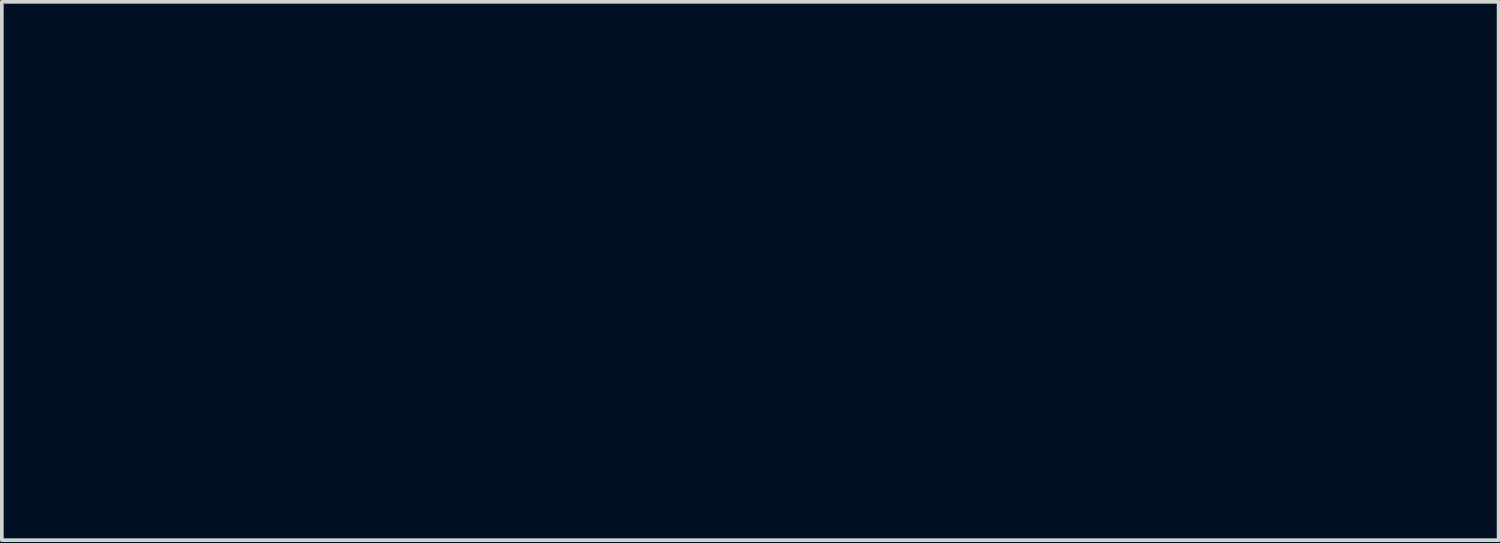
<source format=kicad_pcb>
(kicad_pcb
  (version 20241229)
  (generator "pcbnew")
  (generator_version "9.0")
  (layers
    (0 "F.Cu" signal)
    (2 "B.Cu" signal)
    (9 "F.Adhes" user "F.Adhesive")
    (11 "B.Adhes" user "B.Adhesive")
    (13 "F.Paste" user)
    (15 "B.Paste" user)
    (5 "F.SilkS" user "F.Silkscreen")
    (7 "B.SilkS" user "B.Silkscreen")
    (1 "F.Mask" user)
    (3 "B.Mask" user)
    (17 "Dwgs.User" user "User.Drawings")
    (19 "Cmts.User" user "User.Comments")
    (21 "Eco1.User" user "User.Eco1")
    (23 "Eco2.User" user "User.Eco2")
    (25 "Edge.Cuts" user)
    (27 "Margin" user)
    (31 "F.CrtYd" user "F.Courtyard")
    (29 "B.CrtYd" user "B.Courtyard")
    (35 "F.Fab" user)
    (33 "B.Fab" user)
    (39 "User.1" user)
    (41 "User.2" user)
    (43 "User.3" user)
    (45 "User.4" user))
  (footprint "logo_vie_60"
    (layer "F.Cu")
    (at 17.517 4.379)
    (property "Reference" "logo_vie_60" (at 0 0 0) (layer "F.Mask") (effects (font (size 1.524 1.524) (thickness 0.3))))
    (attr board_only exclude_from_pos_files exclude_from_bom)
    (fp_poly (pts (xy -7.839 1.817) (xy -7.861 1.839) (xy -7.883 1.817) (xy -7.861 1.796)) (stroke (width 0) (type solid)) (fill yes) (layer "F.Mask"))
    (fp_poly (pts (xy -7.839 3.569) (xy -7.861 3.591) (xy -7.883 3.569) (xy -7.861 3.547)) (stroke (width 0) (type solid)) (fill yes) (layer "F.Mask"))
    (fp_poly (pts (xy -7.007 1.817) (xy -7.029 1.839) (xy -7.051 1.817) (xy -7.029 1.796)) (stroke (width 0) (type solid)) (fill yes) (layer "F.Mask"))
    (fp_poly (pts (xy -7.007 3.569) (xy -7.029 3.591) (xy -7.051 3.569) (xy -7.029 3.547)) (stroke (width 0) (type solid)) (fill yes) (layer "F.Mask"))
    (fp_poly (pts (xy -8.291 2.511) (xy -8.298 2.537) (xy -8.321 2.54) (xy -8.357 2.524) (xy -8.35 2.511) (xy -8.298 2.506)) (stroke (width 0) (type solid)) (fill yes) (layer "F.Mask"))
    (fp_poly (pts (xy -6.54 2.511) (xy -6.546 2.537) (xy -6.569 2.54) (xy -6.605 2.524) (xy -6.598 2.511) (xy -6.546 2.506)) (stroke (width 0) (type solid)) (fill yes) (layer "F.Mask"))
    (fp_poly (pts (xy -15.383 -1.472) (xy -15.379 -1.417) (xy -15.43 -1.341) (xy -15.474 -1.321) (xy -15.535 -1.331) (xy -15.539 -1.386) (xy -15.488 -1.461) (xy -15.444 -1.481)) (stroke (width 0) (type solid)) (fill yes) (layer "F.Mask"))
    (fp_poly (pts (xy -3.961 3.356) (xy -3.95 3.416) (xy -3.991 3.474) (xy -4.04 3.495) (xy -4.103 3.479) (xy -4.117 3.419) (xy -4.088 3.344) (xy -4.026 3.328)) (stroke (width 0) (type solid)) (fill yes) (layer "F.Mask"))
    (fp_poly (pts (xy -2.596 3.365) (xy -2.584 3.416) (xy -2.615 3.486) (xy -2.681 3.502) (xy -2.737 3.46) (xy -2.743 3.386) (xy -2.686 3.335) (xy -2.647 3.328)) (stroke (width 0) (type solid)) (fill yes) (layer "F.Mask"))
    (fp_poly (pts (xy -1.914 -0.608) (xy -1.911 -0.55) (xy -1.957 -0.499) (xy -1.986 -0.489) (xy -2.047 -0.498) (xy -2.051 -0.554) (xy -2.008 -0.622) (xy -1.97 -0.635)) (stroke (width 0) (type solid)) (fill yes) (layer "F.Mask"))
    (fp_poly (pts (xy -1.369 -3.311) (xy -1.365 -3.256) (xy -1.416 -3.181) (xy -1.461 -3.161) (xy -1.521 -3.17) (xy -1.525 -3.225) (xy -1.474 -3.301) (xy -1.43 -3.321)) (stroke (width 0) (type solid)) (fill yes) (layer "F.Mask"))
    (fp_poly (pts (xy 8.671 1.574) (xy 9.405 1.586) (xy 10.138 1.598) (xy 10.152 1.785) (xy 10.165 1.971) (xy 8.277 1.971) (xy 8.277 0.131) (xy 8.671 0.131)) (stroke (width 0) (type solid)) (fill yes) (layer "F.Mask"))
    (fp_poly (pts (xy 17.517 4.379) (xy -17.517 4.379) (xy -17.517 4.204) (xy -17.386 4.204) (xy 17.342 4.204) (xy 17.342 -4.248) (xy -17.386 -4.248) (xy -17.386 4.204) (xy -17.517 4.204) (xy -17.517 -4.379) (xy 17.517 -4.379)) (stroke (width 0) (type solid)) (fill yes) (layer "F.Mask"))
    (fp_poly (pts (xy -8.251 -3.454) (xy -8.237 -3.423) (xy -8.252 -3.346) (xy -8.284 -3.235) (xy -8.327 -3.125) (xy -8.37 -3.069) (xy -8.401 -3.076) (xy -8.408 -3.126) (xy -8.395 -3.261) (xy -8.361 -3.379) (xy -8.316 -3.45) (xy -8.293 -3.46)) (stroke (width 0) (type solid)) (fill yes) (layer "F.Mask"))
    (fp_poly (pts (xy -3.324 3.337) (xy -3.138 3.347) (xy -3.024 3.362) (xy -2.969 3.386) (xy -2.956 3.416) (xy -2.973 3.449) (xy -3.035 3.471) (xy -3.156 3.486) (xy -3.336 3.494) (xy -3.551 3.495) (xy -3.69 3.482) (xy -3.746 3.457) (xy -3.757 3.397) (xy -3.698 3.357) (xy -3.563 3.338) (xy -3.348 3.337)) (stroke (width 0) (type solid)) (fill yes) (layer "F.Mask"))
    (fp_poly (pts (xy 5.343 -1.621) (xy 5.332 -1.516) (xy 5.292 -1.448) (xy 5.206 -1.412) (xy 5.062 -1.401) (xy 4.864 -1.408) (xy 4.598 -1.423) (xy 4.598 -0.69) (xy 4.598 0.044) (xy 4.204 0.044) (xy 4.204 -1.398) (xy 3.843 -1.411) (xy 3.482 -1.423) (xy 3.468 -1.609) (xy 3.455 -1.796) (xy 5.343 -1.796)) (stroke (width 0) (type solid)) (fill yes) (layer "F.Mask"))
    (fp_poly (pts (xy -3.113 1.973) (xy -3.094 2.049) (xy -3.114 2.182) (xy -3.173 2.38) (xy -3.273 2.648) (xy -3.291 2.693) (xy -3.399 2.943) (xy -3.49 3.11) (xy -3.564 3.193) (xy -3.623 3.194) (xy -3.661 3.135) (xy -3.656 3.07) (xy -3.622 2.942) (xy -3.565 2.767) (xy -3.49 2.563) (xy -3.469 2.507) (xy -3.374 2.272) (xy -3.302 2.11) (xy -3.246 2.009) (xy -3.2 1.959) (xy -3.169 1.949)) (stroke (width 0) (type solid)) (fill yes) (layer "F.Mask"))
    (fp_poly (pts (xy -15.429 -1.206) (xy -15.415 -1.166) (xy -15.423 -1.092) (xy -15.443 -0.965) (xy -15.459 -0.874) (xy -15.481 -0.721) (xy -15.474 -0.636) (xy -15.454 -0.61) (xy -15.426 -0.553) (xy -15.434 -0.53) (xy -15.494 -0.489) (xy -15.573 -0.486) (xy -15.628 -0.519) (xy -15.634 -0.541) (xy -15.626 -0.616) (xy -15.606 -0.743) (xy -15.59 -0.834) (xy -15.568 -0.981) (xy -15.573 -1.065) (xy -15.601 -1.103) (xy -15.631 -1.142) (xy -15.59 -1.182) (xy -15.493 -1.222)) (stroke (width 0) (type solid)) (fill yes) (layer "F.Mask"))
    (fp_poly (pts (xy -1.415 -3.046) (xy -1.401 -3.006) (xy -1.409 -2.931) (xy -1.429 -2.804) (xy -1.446 -2.713) (xy -1.467 -2.561) (xy -1.46 -2.476) (xy -1.44 -2.449) (xy -1.412 -2.392) (xy -1.42 -2.37) (xy -1.481 -2.329) (xy -1.559 -2.325) (xy -1.614 -2.358) (xy -1.62 -2.381) (xy -1.613 -2.456) (xy -1.593 -2.582) (xy -1.576 -2.674) (xy -1.554 -2.821) (xy -1.559 -2.905) (xy -1.587 -2.942) (xy -1.617 -2.982) (xy -1.577 -3.021) (xy -1.48 -3.062)) (stroke (width 0) (type solid)) (fill yes) (layer "F.Mask"))
    (fp_poly (pts (xy 12.919 0.813) (xy 13.281 1.495) (xy 13.443 1.196) (xy 13.541 1.016) (xy 13.659 0.798) (xy 13.777 0.58) (xy 13.812 0.515) (xy 14.018 0.131) (xy 14.408 0.131) (xy 14.408 1.971) (xy 14.017 1.971) (xy 14.004 1.456) (xy 13.992 0.942) (xy 13.73 1.456) (xy 13.468 1.971) (xy 13.095 1.971) (xy 12.834 1.456) (xy 12.573 0.942) (xy 12.571 1.828) (xy 12.569 2.715) (xy 12.174 2.715) (xy 12.174 0.131) (xy 12.558 0.131)) (stroke (width 0) (type solid)) (fill yes) (layer "F.Mask"))
    (fp_poly (pts (xy 13.478 -1.347) (xy 13.466 0.022) (xy 13.285 0.035) (xy 13.103 0.048) (xy 12.562 -0.577) (xy 12.021 -1.202) (xy 12.009 -0.207) (xy 11.998 0.788) (xy 11.831 0.788) (xy 11.715 0.781) (xy 11.641 0.764) (xy 11.634 0.759) (xy 11.627 0.709) (xy 11.62 0.583) (xy 11.614 0.392) (xy 11.61 0.148) (xy 11.607 -0.14) (xy 11.605 -0.459) (xy 11.605 -0.533) (xy 11.605 -1.796) (xy 11.813 -1.793) (xy 12.021 -1.79) (xy 13.072 -0.552) (xy 13.084 -1.633) (xy 13.096 -2.715) (xy 13.49 -2.715)) (stroke (width 0) (type solid)) (fill yes) (layer "F.Mask"))
    (fp_poly (pts (xy -13.738 0.896) (xy -13.732 0.901) (xy -13.67 1.015) (xy -13.691 1.142) (xy -13.771 1.25) (xy -13.903 1.338) (xy -14.038 1.349) (xy -14.154 1.284) (xy -14.16 1.278) (xy -14.206 1.196) (xy -14.087 1.196) (xy -14.036 1.262) (xy -13.949 1.26) (xy -13.864 1.201) (xy -13.807 1.107) (xy -13.799 1.007) (xy -13.839 0.941) (xy -13.93 0.93) (xy -14.022 0.978) (xy -14.082 1.067) (xy -14.084 1.073) (xy -14.087 1.196) (xy -14.206 1.196) (xy -14.225 1.162) (xy -14.207 1.045) (xy -14.125 0.94) (xy -13.994 0.853) (xy -13.856 0.838)) (stroke (width 0) (type solid)) (fill yes) (layer "F.Mask"))
    (fp_poly (pts (xy -15.157 -3.005) (xy -15.152 -2.973) (xy -15.171 -2.905) (xy -15.239 -2.903) (xy -15.243 -2.904) (xy -15.331 -2.885) (xy -15.414 -2.795) (xy -15.482 -2.648) (xy -15.52 -2.493) (xy -15.556 -2.367) (xy -15.611 -2.321) (xy -15.618 -2.321) (xy -15.664 -2.339) (xy -15.67 -2.406) (xy -15.66 -2.463) (xy -15.62 -2.679) (xy -15.6 -2.822) (xy -15.601 -2.903) (xy -15.621 -2.933) (xy -15.629 -2.934) (xy -15.675 -2.956) (xy -15.66 -3.003) (xy -15.602 -3.041) (xy -15.513 -3.035) (xy -15.477 -3.002) (xy -15.43 -2.956) (xy -15.384 -2.985) (xy -15.372 -2.999) (xy -15.289 -3.058) (xy -15.207 -3.059)) (stroke (width 0) (type solid)) (fill yes) (layer "F.Mask"))
    (fp_poly (pts (xy -12.442 2.512) (xy -12.437 2.545) (xy -12.455 2.613) (xy -12.524 2.615) (xy -12.528 2.614) (xy -12.616 2.633) (xy -12.699 2.723) (xy -12.767 2.87) (xy -12.805 3.025) (xy -12.841 3.151) (xy -12.896 3.197) (xy -12.903 3.197) (xy -12.949 3.179) (xy -12.955 3.112) (xy -12.945 3.055) (xy -12.905 2.839) (xy -12.885 2.696) (xy -12.886 2.615) (xy -12.906 2.585) (xy -12.913 2.584) (xy -12.96 2.562) (xy -12.945 2.515) (xy -12.887 2.477) (xy -12.798 2.483) (xy -12.762 2.516) (xy -12.715 2.562) (xy -12.669 2.533) (xy -12.657 2.519) (xy -12.573 2.459) (xy -12.492 2.459)) (stroke (width 0) (type solid)) (fill yes) (layer "F.Mask"))
    (fp_poly (pts (xy -5.61 -3.005) (xy -5.606 -2.973) (xy -5.624 -2.905) (xy -5.692 -2.903) (xy -5.696 -2.904) (xy -5.784 -2.885) (xy -5.867 -2.795) (xy -5.935 -2.648) (xy -5.973 -2.493) (xy -6.009 -2.367) (xy -6.064 -2.321) (xy -6.071 -2.321) (xy -6.117 -2.339) (xy -6.123 -2.406) (xy -6.113 -2.463) (xy -6.073 -2.679) (xy -6.053 -2.822) (xy -6.054 -2.903) (xy -6.074 -2.933) (xy -6.082 -2.934) (xy -6.128 -2.956) (xy -6.113 -3.003) (xy -6.056 -3.041) (xy -5.966 -3.035) (xy -5.93 -3.002) (xy -5.883 -2.956) (xy -5.837 -2.985) (xy -5.825 -2.999) (xy -5.742 -3.058) (xy -5.66 -3.059)) (stroke (width 0) (type solid)) (fill yes) (layer "F.Mask"))
    (fp_poly (pts (xy -5.041 -1.166) (xy -5.036 -1.134) (xy -5.054 -1.066) (xy -5.123 -1.064) (xy -5.127 -1.064) (xy -5.215 -1.046) (xy -5.298 -0.956) (xy -5.366 -0.809) (xy -5.404 -0.654) (xy -5.44 -0.528) (xy -5.495 -0.482) (xy -5.502 -0.482) (xy -5.548 -0.499) (xy -5.554 -0.567) (xy -5.544 -0.624) (xy -5.503 -0.84) (xy -5.484 -0.983) (xy -5.485 -1.063) (xy -5.505 -1.094) (xy -5.512 -1.095) (xy -5.559 -1.117) (xy -5.544 -1.164) (xy -5.486 -1.202) (xy -5.397 -1.195) (xy -5.361 -1.162) (xy -5.313 -1.117) (xy -5.268 -1.146) (xy -5.256 -1.16) (xy -5.172 -1.219) (xy -5.091 -1.22)) (stroke (width 0) (type solid)) (fill yes) (layer "F.Mask"))
    (fp_poly (pts (xy -3.815 0.673) (xy -3.81 0.706) (xy -3.828 0.774) (xy -3.897 0.776) (xy -3.9 0.775) (xy -3.988 0.793) (xy -4.072 0.884) (xy -4.14 1.03) (xy -4.178 1.186) (xy -4.213 1.312) (xy -4.269 1.357) (xy -4.276 1.358) (xy -4.322 1.34) (xy -4.328 1.273) (xy -4.318 1.215) (xy -4.277 0.999) (xy -4.258 0.857) (xy -4.258 0.776) (xy -4.279 0.746) (xy -4.286 0.744) (xy -4.333 0.722) (xy -4.318 0.675) (xy -4.26 0.637) (xy -4.171 0.644) (xy -4.134 0.677) (xy -4.087 0.723) (xy -4.041 0.693) (xy -4.029 0.679) (xy -3.946 0.62) (xy -3.865 0.619)) (stroke (width 0) (type solid)) (fill yes) (layer "F.Mask"))
    (fp_poly (pts (xy -2.415 -3.037) (xy -2.336 -2.963) (xy -2.321 -2.903) (xy -2.348 -2.852) (xy -2.409 -2.86) (xy -2.473 -2.918) (xy -2.55 -2.971) (xy -2.634 -2.953) (xy -2.714 -2.877) (xy -2.774 -2.758) (xy -2.802 -2.608) (xy -2.803 -2.583) (xy -2.784 -2.481) (xy -2.715 -2.433) (xy -2.697 -2.428) (xy -2.578 -2.425) (xy -2.503 -2.449) (xy -2.407 -2.491) (xy -2.377 -2.484) (xy -2.418 -2.432) (xy -2.446 -2.407) (xy -2.572 -2.342) (xy -2.713 -2.322) (xy -2.829 -2.355) (xy -2.886 -2.416) (xy -2.93 -2.487) (xy -2.959 -2.626) (xy -2.921 -2.776) (xy -2.833 -2.914) (xy -2.709 -3.017) (xy -2.564 -3.065) (xy -2.543 -3.066)) (stroke (width 0) (type solid)) (fill yes) (layer "F.Mask"))
    (fp_poly (pts (xy -15.239 2.465) (xy -15.121 2.532) (xy -15.043 2.651) (xy -15.021 2.785) (xy -15.06 2.948) (xy -15.162 3.079) (xy -15.306 3.166) (xy -15.469 3.197) (xy -15.631 3.157) (xy -15.648 3.148) (xy -15.747 3.044) (xy -15.781 2.898) (xy -15.777 2.88) (xy -15.634 2.88) (xy -15.605 3.02) (xy -15.527 3.095) (xy -15.417 3.1) (xy -15.291 3.03) (xy -15.26 3.002) (xy -15.185 2.897) (xy -15.152 2.79) (xy -15.152 2.786) (xy -15.184 2.666) (xy -15.262 2.574) (xy -15.355 2.54) (xy -15.449 2.577) (xy -15.543 2.669) (xy -15.613 2.785) (xy -15.634 2.88) (xy -15.777 2.88) (xy -15.748 2.741) (xy -15.65 2.588) (xy -15.521 2.492) (xy -15.378 2.451)) (stroke (width 0) (type solid)) (fill yes) (layer "F.Mask"))
    (fp_poly (pts (xy -13.706 -3.053) (xy -13.588 -2.986) (xy -13.51 -2.867) (xy -13.488 -2.733) (xy -13.527 -2.57) (xy -13.629 -2.439) (xy -13.773 -2.352) (xy -13.937 -2.321) (xy -14.098 -2.36) (xy -14.115 -2.37) (xy -14.215 -2.474) (xy -14.249 -2.62) (xy -14.245 -2.638) (xy -14.101 -2.638) (xy -14.072 -2.498) (xy -13.994 -2.423) (xy -13.884 -2.418) (xy -13.758 -2.488) (xy -13.727 -2.516) (xy -13.653 -2.621) (xy -13.62 -2.728) (xy -13.62 -2.732) (xy -13.651 -2.852) (xy -13.73 -2.944) (xy -13.822 -2.978) (xy -13.916 -2.941) (xy -14.01 -2.849) (xy -14.08 -2.733) (xy -14.101 -2.638) (xy -14.245 -2.638) (xy -14.215 -2.777) (xy -14.118 -2.93) (xy -13.988 -3.026) (xy -13.845 -3.067)) (stroke (width 0) (type solid)) (fill yes) (layer "F.Mask"))
    (fp_poly (pts (xy -10.378 -1.214) (xy -10.26 -1.147) (xy -10.182 -1.028) (xy -10.16 -0.893) (xy -10.199 -0.731) (xy -10.301 -0.599) (xy -10.445 -0.512) (xy -10.608 -0.482) (xy -10.77 -0.521) (xy -10.786 -0.53) (xy -10.886 -0.635) (xy -10.92 -0.781) (xy -10.916 -0.799) (xy -10.773 -0.799) (xy -10.744 -0.659) (xy -10.666 -0.584) (xy -10.556 -0.578) (xy -10.43 -0.648) (xy -10.399 -0.677) (xy -10.324 -0.782) (xy -10.291 -0.888) (xy -10.291 -0.893) (xy -10.323 -1.013) (xy -10.401 -1.105) (xy -10.494 -1.139) (xy -10.588 -1.101) (xy -10.682 -1.01) (xy -10.752 -0.893) (xy -10.773 -0.799) (xy -10.916 -0.799) (xy -10.887 -0.938) (xy -10.789 -1.091) (xy -10.66 -1.187) (xy -10.517 -1.227)) (stroke (width 0) (type solid)) (fill yes) (layer "F.Mask"))
    (fp_poly (pts (xy -5.517 0.626) (xy -5.399 0.692) (xy -5.321 0.812) (xy -5.299 0.946) (xy -5.338 1.109) (xy -5.44 1.24) (xy -5.584 1.327) (xy -5.747 1.357) (xy -5.909 1.318) (xy -5.925 1.309) (xy -6.025 1.205) (xy -6.059 1.059) (xy -6.055 1.04) (xy -5.912 1.04) (xy -5.883 1.18) (xy -5.805 1.256) (xy -5.695 1.261) (xy -5.569 1.191) (xy -5.538 1.163) (xy -5.463 1.058) (xy -5.43 0.951) (xy -5.43 0.947) (xy -5.462 0.827) (xy -5.54 0.735) (xy -5.633 0.701) (xy -5.727 0.738) (xy -5.821 0.829) (xy -5.89 0.946) (xy -5.912 1.04) (xy -6.055 1.04) (xy -6.026 0.901) (xy -5.928 0.749) (xy -5.799 0.653) (xy -5.656 0.612)) (stroke (width 0) (type solid)) (fill yes) (layer "F.Mask"))
    (fp_poly (pts (xy -5.035 -3.053) (xy -4.917 -2.986) (xy -4.839 -2.867) (xy -4.817 -2.733) (xy -4.856 -2.57) (xy -4.958 -2.439) (xy -5.102 -2.352) (xy -5.266 -2.321) (xy -5.427 -2.36) (xy -5.444 -2.37) (xy -5.544 -2.474) (xy -5.578 -2.62) (xy -5.574 -2.638) (xy -5.43 -2.638) (xy -5.401 -2.498) (xy -5.323 -2.423) (xy -5.213 -2.418) (xy -5.087 -2.488) (xy -5.056 -2.516) (xy -4.982 -2.621) (xy -4.949 -2.728) (xy -4.949 -2.732) (xy -4.98 -2.852) (xy -5.059 -2.944) (xy -5.151 -2.978) (xy -5.245 -2.941) (xy -5.339 -2.849) (xy -5.409 -2.733) (xy -5.43 -2.638) (xy -5.574 -2.638) (xy -5.544 -2.777) (xy -5.447 -2.93) (xy -5.317 -3.026) (xy -5.174 -3.067)) (stroke (width 0) (type solid)) (fill yes) (layer "F.Mask"))
    (fp_poly (pts (xy -3.589 -1.19) (xy -3.557 -1.096) (xy -3.559 -0.966) (xy -3.594 -0.819) (xy -3.66 -0.679) (xy -3.706 -0.614) (xy -3.816 -0.524) (xy -3.939 -0.481) (xy -4.048 -0.491) (xy -4.103 -0.536) (xy -4.121 -0.606) (xy -4.134 -0.735) (xy -4.138 -0.887) (xy -4.135 -1.05) (xy -4.12 -1.145) (xy -4.09 -1.193) (xy -4.059 -1.209) (xy -3.993 -1.222) (xy -3.959 -1.198) (xy -3.954 -1.122) (xy -3.974 -0.981) (xy -3.984 -0.923) (xy -4.006 -0.776) (xy -4.013 -0.662) (xy -4.007 -0.612) (xy -3.941 -0.571) (xy -3.851 -0.605) (xy -3.765 -0.69) (xy -3.705 -0.786) (xy -3.686 -0.894) (xy -3.694 -1.018) (xy -3.703 -1.149) (xy -3.689 -1.213) (xy -3.658 -1.226)) (stroke (width 0) (type solid)) (fill yes) (layer "F.Mask"))
    (fp_poly (pts (xy -0.743 -3.053) (xy -0.626 -2.986) (xy -0.548 -2.867) (xy -0.526 -2.733) (xy -0.564 -2.57) (xy -0.667 -2.439) (xy -0.81 -2.352) (xy -0.974 -2.321) (xy -1.135 -2.36) (xy -1.152 -2.37) (xy -1.252 -2.474) (xy -1.286 -2.62) (xy -1.282 -2.638) (xy -1.139 -2.638) (xy -1.109 -2.498) (xy -1.032 -2.423) (xy -0.922 -2.418) (xy -0.795 -2.488) (xy -0.764 -2.516) (xy -0.69 -2.621) (xy -0.657 -2.728) (xy -0.657 -2.732) (xy -0.689 -2.852) (xy -0.767 -2.944) (xy -0.859 -2.978) (xy -0.953 -2.941) (xy -1.047 -2.849) (xy -1.117 -2.733) (xy -1.139 -2.638) (xy -1.282 -2.638) (xy -1.252 -2.777) (xy -1.155 -2.93) (xy -1.026 -3.026) (xy -0.882 -3.067)) (stroke (width 0) (type solid)) (fill yes) (layer "F.Mask"))
    (fp_poly (pts (xy -9.031 -1.16) (xy -9.005 -1.13) (xy -8.978 -1.05) (xy -9.011 -1.021) (xy -9.084 -1.053) (xy -9.107 -1.071) (xy -9.195 -1.121) (xy -9.261 -1.123) (xy -9.323 -1.07) (xy -9.31 -0.998) (xy -9.227 -0.921) (xy -9.164 -0.887) (xy -9.039 -0.805) (xy -8.986 -0.716) (xy -9.01 -0.615) (xy -9.095 -0.537) (xy -9.219 -0.492) (xy -9.358 -0.49) (xy -9.47 -0.529) (xy -9.531 -0.591) (xy -9.544 -0.659) (xy -9.504 -0.699) (xy -9.487 -0.701) (xy -9.41 -0.67) (xy -9.372 -0.635) (xy -9.281 -0.574) (xy -9.189 -0.598) (xy -9.159 -0.628) (xy -9.144 -0.676) (xy -9.19 -0.733) (xy -9.274 -0.792) (xy -9.403 -0.904) (xy -9.448 -1.016) (xy -9.408 -1.123) (xy -9.378 -1.155) (xy -9.265 -1.211) (xy -9.137 -1.211)) (stroke (width 0) (type solid)) (fill yes) (layer "F.Mask"))
    (fp_poly (pts (xy -7.805 -3) (xy -7.779 -2.969) (xy -7.752 -2.89) (xy -7.785 -2.86) (xy -7.858 -2.892) (xy -7.881 -2.911) (xy -7.969 -2.96) (xy -8.034 -2.963) (xy -8.097 -2.91) (xy -8.083 -2.838) (xy -8 -2.761) (xy -7.938 -2.726) (xy -7.813 -2.644) (xy -7.76 -2.555) (xy -7.783 -2.454) (xy -7.869 -2.376) (xy -7.993 -2.332) (xy -8.132 -2.329) (xy -8.244 -2.368) (xy -8.305 -2.431) (xy -8.317 -2.498) (xy -8.278 -2.538) (xy -8.26 -2.54) (xy -8.184 -2.509) (xy -8.146 -2.474) (xy -8.055 -2.413) (xy -7.963 -2.437) (xy -7.932 -2.467) (xy -7.918 -2.516) (xy -7.963 -2.572) (xy -8.047 -2.632) (xy -8.177 -2.743) (xy -8.222 -2.855) (xy -8.182 -2.962) (xy -8.151 -2.995) (xy -8.039 -3.05) (xy -7.911 -3.051)) (stroke (width 0) (type solid)) (fill yes) (layer "F.Mask"))
    (fp_poly (pts (xy -9.716 -1.43) (xy -9.708 -1.353) (xy -9.711 -1.336) (xy -9.712 -1.251) (xy -9.662 -1.226) (xy -9.661 -1.226) (xy -9.6 -1.204) (xy -9.591 -1.182) (xy -9.627 -1.146) (xy -9.672 -1.139) (xy -9.727 -1.119) (xy -9.762 -1.046) (xy -9.782 -0.935) (xy -9.803 -0.77) (xy -9.806 -0.674) (xy -9.788 -0.633) (xy -9.743 -0.629) (xy -9.7 -0.639) (xy -9.612 -0.652) (xy -9.599 -0.63) (xy -9.661 -0.581) (xy -9.72 -0.549) (xy -9.865 -0.489) (xy -9.951 -0.489) (xy -9.975 -0.55) (xy -9.97 -0.58) (xy -9.95 -0.681) (xy -9.927 -0.826) (xy -9.916 -0.909) (xy -9.903 -1.048) (xy -9.912 -1.119) (xy -9.945 -1.14) (xy -9.946 -1.14) (xy -9.968 -1.16) (xy -9.915 -1.216) (xy -9.834 -1.302) (xy -9.795 -1.369) (xy -9.752 -1.438)) (stroke (width 0) (type solid)) (fill yes) (layer "F.Mask"))
    (fp_poly (pts (xy -1.921 -3.27) (xy -1.913 -3.193) (xy -1.916 -3.175) (xy -1.916 -3.09) (xy -1.867 -3.066) (xy -1.866 -3.066) (xy -1.805 -3.043) (xy -1.796 -3.022) (xy -1.832 -2.985) (xy -1.877 -2.978) (xy -1.932 -2.958) (xy -1.966 -2.885) (xy -1.987 -2.775) (xy -2.008 -2.609) (xy -2.011 -2.514) (xy -1.993 -2.472) (xy -1.948 -2.469) (xy -1.905 -2.478) (xy -1.816 -2.491) (xy -1.804 -2.469) (xy -1.866 -2.42) (xy -1.925 -2.388) (xy -2.07 -2.328) (xy -2.156 -2.329) (xy -2.18 -2.389) (xy -2.175 -2.42) (xy -2.155 -2.52) (xy -2.132 -2.665) (xy -2.121 -2.748) (xy -2.108 -2.887) (xy -2.117 -2.958) (xy -2.15 -2.979) (xy -2.151 -2.979) (xy -2.172 -2.999) (xy -2.119 -3.056) (xy -2.039 -3.141) (xy -2 -3.208) (xy -1.957 -3.278)) (stroke (width 0) (type solid)) (fill yes) (layer "F.Mask"))
    (fp_poly (pts (xy 9.372 -1.684) (xy 9.371 -1.352) (xy 9.369 -1.095) (xy 9.364 -0.902) (xy 9.355 -0.759) (xy 9.343 -0.656) (xy 9.325 -0.579) (xy 9.301 -0.517) (xy 9.288 -0.491) (xy 9.121 -0.253) (xy 8.908 -0.082) (xy 8.66 0.016) (xy 8.39 0.035) (xy 8.13 -0.02) (xy 7.904 -0.145) (xy 7.716 -0.335) (xy 7.615 -0.504) (xy 7.579 -0.599) (xy 7.555 -0.714) (xy 7.541 -0.868) (xy 7.534 -1.078) (xy 7.533 -1.237) (xy 7.532 -1.796) (xy 7.927 -1.796) (xy 7.927 -1.268) (xy 7.93 -1.004) (xy 7.943 -0.814) (xy 7.966 -0.683) (xy 7.993 -0.612) (xy 8.112 -0.469) (xy 8.276 -0.382) (xy 8.464 -0.354) (xy 8.652 -0.387) (xy 8.817 -0.483) (xy 8.856 -0.522) (xy 8.978 -0.658) (xy 8.978 -2.715) (xy 9.372 -2.715)) (stroke (width 0) (type solid)) (fill yes) (layer "F.Mask"))
    (fp_poly (pts (xy -3.564 1.979) (xy -3.561 1.982) (xy -3.538 2.022) (xy -3.538 2.088) (xy -3.564 2.195) (xy -3.618 2.361) (xy -3.651 2.454) (xy -3.747 2.719) (xy -3.819 2.912) (xy -3.875 3.045) (xy -3.92 3.129) (xy -3.961 3.174) (xy -4.002 3.193) (xy -4.043 3.197) (xy -4.144 3.176) (xy -4.194 3.142) (xy -4.225 3.082) (xy -4.278 2.956) (xy -4.345 2.784) (xy -4.42 2.583) (xy -4.425 2.57) (xy -4.502 2.354) (xy -4.551 2.204) (xy -4.575 2.106) (xy -4.577 2.044) (xy -4.56 2.003) (xy -4.542 1.983) (xy -4.484 1.943) (xy -4.429 1.954) (xy -4.373 2.023) (xy -4.31 2.159) (xy -4.234 2.369) (xy -4.203 2.462) (xy -4.056 2.911) (xy -3.902 2.442) (xy -3.819 2.206) (xy -3.749 2.048) (xy -3.686 1.963) (xy -3.626 1.942)) (stroke (width 0) (type solid)) (fill yes) (layer "F.Mask"))
    (fp_poly (pts (xy 11.188 0.093) (xy 11.204 0.131) (xy 11.235 0.202) (xy 11.299 0.339) (xy 11.388 0.527) (xy 11.496 0.755) (xy 11.618 1.009) (xy 11.665 1.106) (xy 12.083 1.971) (xy 11.855 1.971) (xy 11.627 1.971) (xy 11.411 1.5) (xy 11.325 1.313) (xy 11.25 1.156) (xy 11.196 1.045) (xy 11.17 0.998) (xy 11.143 1.023) (xy 11.087 1.114) (xy 11.011 1.257) (xy 10.922 1.439) (xy 10.908 1.469) (xy 10.671 1.971) (xy 10.459 1.971) (xy 10.337 1.965) (xy 10.26 1.952) (xy 10.248 1.943) (xy 10.265 1.898) (xy 10.315 1.789) (xy 10.389 1.627) (xy 10.482 1.427) (xy 10.588 1.203) (xy 10.699 0.968) (xy 10.81 0.735) (xy 10.913 0.518) (xy 11.003 0.33) (xy 11.074 0.186) (xy 11.118 0.099) (xy 11.124 0.089) (xy 11.156 0.054)) (stroke (width 0) (type solid)) (fill yes) (layer "F.Mask"))
    (fp_poly (pts (xy -15.108 0.263) (xy -15.018 0.357) (xy -14.971 0.505) (xy -14.965 0.687) (xy -14.996 0.881) (xy -15.061 1.068) (xy -15.16 1.226) (xy -15.237 1.301) (xy -15.371 1.356) (xy -15.521 1.343) (xy -15.65 1.269) (xy -15.675 1.242) (xy -15.745 1.09) (xy -15.758 0.949) (xy -15.617 0.949) (xy -15.607 1.101) (xy -15.558 1.212) (xy -15.53 1.236) (xy -15.426 1.267) (xy -15.319 1.215) (xy -15.287 1.185) (xy -15.2 1.061) (xy -15.143 0.904) (xy -15.115 0.733) (xy -15.116 0.568) (xy -15.147 0.429) (xy -15.206 0.335) (xy -15.282 0.307) (xy -15.381 0.347) (xy -15.47 0.453) (xy -15.543 0.603) (xy -15.594 0.775) (xy -15.617 0.949) (xy -15.758 0.949) (xy -15.763 0.893) (xy -15.731 0.679) (xy -15.682 0.542) (xy -15.566 0.361) (xy -15.423 0.251) (xy -15.264 0.218)) (stroke (width 0) (type solid)) (fill yes) (layer "F.Mask"))
    (fp_poly (pts (xy -12.83 -1.576) (xy -12.741 -1.482) (xy -12.694 -1.334) (xy -12.688 -1.153) (xy -12.718 -0.958) (xy -12.784 -0.771) (xy -12.882 -0.613) (xy -12.959 -0.538) (xy -13.094 -0.484) (xy -13.244 -0.496) (xy -13.373 -0.57) (xy -13.398 -0.597) (xy -13.467 -0.749) (xy -13.481 -0.891) (xy -13.34 -0.891) (xy -13.33 -0.738) (xy -13.281 -0.628) (xy -13.252 -0.603) (xy -13.148 -0.573) (xy -13.041 -0.625) (xy -13.009 -0.654) (xy -12.923 -0.778) (xy -12.866 -0.935) (xy -12.838 -1.106) (xy -12.839 -1.271) (xy -12.869 -1.41) (xy -12.929 -1.504) (xy -13.005 -1.533) (xy -13.104 -1.493) (xy -13.193 -1.387) (xy -13.266 -1.237) (xy -13.317 -1.064) (xy -13.34 -0.891) (xy -13.481 -0.891) (xy -13.486 -0.946) (xy -13.453 -1.161) (xy -13.404 -1.297) (xy -13.289 -1.479) (xy -13.146 -1.588) (xy -12.987 -1.621)) (stroke (width 0) (type solid)) (fill yes) (layer "F.Mask"))
    (fp_poly (pts (xy -2.418 -1.645) (xy -2.416 -1.595) (xy -2.426 -1.478) (xy -2.447 -1.313) (xy -2.469 -1.165) (xy -2.505 -0.928) (xy -2.527 -0.764) (xy -2.534 -0.659) (xy -2.527 -0.601) (xy -2.504 -0.576) (xy -2.465 -0.569) (xy -2.452 -0.569) (xy -2.381 -0.551) (xy -2.365 -0.526) (xy -2.405 -0.503) (xy -2.512 -0.487) (xy -2.649 -0.482) (xy -2.794 -0.487) (xy -2.897 -0.502) (xy -2.934 -0.522) (xy -2.897 -0.56) (xy -2.836 -0.577) (xy -2.77 -0.612) (xy -2.716 -0.702) (xy -2.67 -0.857) (xy -2.629 -1.086) (xy -2.611 -1.215) (xy -2.596 -1.349) (xy -2.6 -1.417) (xy -2.633 -1.442) (xy -2.692 -1.445) (xy -2.775 -1.46) (xy -2.803 -1.489) (xy -2.768 -1.53) (xy -2.748 -1.533) (xy -2.673 -1.552) (xy -2.568 -1.598) (xy -2.566 -1.6) (xy -2.474 -1.639) (xy -2.42 -1.646)) (stroke (width 0) (type solid)) (fill yes) (layer "F.Mask"))
    (fp_poly (pts (xy -14.871 -3.044) (xy -14.867 -2.958) (xy -14.886 -2.801) (xy -14.893 -2.761) (xy -14.914 -2.576) (xy -14.903 -2.465) (xy -14.856 -2.418) (xy -14.771 -2.427) (xy -14.769 -2.427) (xy -14.692 -2.49) (xy -14.615 -2.618) (xy -14.55 -2.789) (xy -14.516 -2.923) (xy -14.477 -3.028) (xy -14.422 -3.066) (xy -14.376 -3.042) (xy -14.381 -2.961) (xy -14.382 -2.956) (xy -14.424 -2.755) (xy -14.442 -2.594) (xy -14.435 -2.489) (xy -14.404 -2.452) (xy -14.377 -2.436) (xy -14.42 -2.379) (xy -14.423 -2.376) (xy -14.485 -2.324) (xy -14.526 -2.337) (xy -14.558 -2.376) (xy -14.609 -2.428) (xy -14.653 -2.407) (xy -14.67 -2.387) (xy -14.759 -2.334) (xy -14.874 -2.324) (xy -14.976 -2.357) (xy -15.014 -2.398) (xy -15.039 -2.497) (xy -15.046 -2.639) (xy -15.036 -2.794) (xy -15.012 -2.932) (xy -14.977 -3.025) (xy -14.961 -3.042) (xy -14.901 -3.068)) (stroke (width 0) (type solid)) (fill yes) (layer "F.Mask"))
    (fp_poly (pts (xy -3.572 -3.044) (xy -3.568 -2.958) (xy -3.588 -2.801) (xy -3.594 -2.761) (xy -3.615 -2.576) (xy -3.604 -2.465) (xy -3.558 -2.418) (xy -3.472 -2.427) (xy -3.47 -2.427) (xy -3.394 -2.49) (xy -3.317 -2.618) (xy -3.251 -2.789) (xy -3.218 -2.923) (xy -3.178 -3.028) (xy -3.123 -3.066) (xy -3.077 -3.042) (xy -3.082 -2.961) (xy -3.084 -2.956) (xy -3.126 -2.755) (xy -3.144 -2.594) (xy -3.137 -2.489) (xy -3.106 -2.452) (xy -3.078 -2.436) (xy -3.121 -2.379) (xy -3.124 -2.376) (xy -3.186 -2.324) (xy -3.228 -2.337) (xy -3.259 -2.376) (xy -3.31 -2.428) (xy -3.354 -2.407) (xy -3.372 -2.387) (xy -3.461 -2.334) (xy -3.576 -2.324) (xy -3.677 -2.357) (xy -3.715 -2.398) (xy -3.74 -2.497) (xy -3.747 -2.639) (xy -3.737 -2.794) (xy -3.714 -2.932) (xy -3.679 -3.025) (xy -3.662 -3.042) (xy -3.603 -3.068)) (stroke (width 0) (type solid)) (fill yes) (layer "F.Mask"))
    (fp_poly (pts (xy -11.237 0.243) (xy -11.111 0.307) (xy -11.042 0.397) (xy -11.036 0.438) (xy -11.057 0.527) (xy -11.106 0.543) (xy -11.159 0.481) (xy -11.165 0.467) (xy -11.244 0.363) (xy -11.364 0.317) (xy -11.507 0.325) (xy -11.65 0.384) (xy -11.773 0.491) (xy -11.826 0.574) (xy -11.896 0.772) (xy -11.904 0.954) (xy -11.856 1.105) (xy -11.759 1.211) (xy -11.619 1.259) (xy -11.527 1.255) (xy -11.38 1.21) (xy -11.248 1.14) (xy -11.245 1.139) (xy -11.163 1.084) (xy -11.129 1.085) (xy -11.123 1.116) (xy -11.163 1.194) (xy -11.265 1.268) (xy -11.404 1.326) (xy -11.555 1.356) (xy -11.594 1.357) (xy -11.752 1.337) (xy -11.883 1.263) (xy -11.919 1.232) (xy -12.007 1.141) (xy -12.048 1.05) (xy -12.06 0.917) (xy -12.06 0.89) (xy -12.022 0.647) (xy -11.915 0.45) (xy -11.748 0.307) (xy -11.532 0.23) (xy -11.4 0.219)) (stroke (width 0) (type solid)) (fill yes) (layer "F.Mask"))
    (fp_poly (pts (xy -16.379 -1.614) (xy -16.352 -1.593) (xy -16.37 -1.568) (xy -16.405 -1.491) (xy -16.422 -1.373) (xy -16.422 -1.36) (xy -16.41 -1.227) (xy -16.38 -1.065) (xy -16.34 -0.903) (xy -16.296 -0.769) (xy -16.256 -0.692) (xy -16.254 -0.69) (xy -16.216 -0.707) (xy -16.149 -0.799) (xy -16.057 -0.961) (xy -16.01 -1.054) (xy -15.909 -1.267) (xy -15.854 -1.411) (xy -15.844 -1.491) (xy -15.852 -1.505) (xy -15.894 -1.572) (xy -15.857 -1.609) (xy -15.749 -1.62) (xy -15.601 -1.62) (xy -15.826 -1.193) (xy -15.977 -0.918) (xy -16.106 -0.705) (xy -16.208 -0.56) (xy -16.281 -0.489) (xy -16.302 -0.482) (xy -16.341 -0.518) (xy -16.392 -0.609) (xy -16.407 -0.643) (xy -16.451 -0.771) (xy -16.498 -0.946) (xy -16.536 -1.114) (xy -16.571 -1.283) (xy -16.601 -1.429) (xy -16.621 -1.522) (xy -16.621 -1.522) (xy -16.626 -1.587) (xy -16.587 -1.614) (xy -16.482 -1.62) (xy -16.48 -1.62)) (stroke (width 0) (type solid)) (fill yes) (layer "F.Mask"))
    (fp_poly (pts (xy -12.709 -3.043) (xy -12.67 -3.011) (xy -12.652 -2.941) (xy -12.639 -2.813) (xy -12.634 -2.66) (xy -12.638 -2.497) (xy -12.653 -2.402) (xy -12.683 -2.354) (xy -12.714 -2.338) (xy -12.789 -2.325) (xy -12.812 -2.331) (xy -12.814 -2.38) (xy -12.802 -2.49) (xy -12.782 -2.623) (xy -12.758 -2.808) (xy -12.77 -2.921) (xy -12.819 -2.968) (xy -12.91 -2.959) (xy -12.915 -2.957) (xy -13.016 -2.882) (xy -13.1 -2.736) (xy -13.158 -2.534) (xy -13.164 -2.501) (xy -13.197 -2.379) (xy -13.243 -2.323) (xy -13.253 -2.321) (xy -13.308 -2.342) (xy -13.313 -2.357) (xy -13.306 -2.416) (xy -13.286 -2.534) (xy -13.266 -2.648) (xy -13.242 -2.807) (xy -13.245 -2.899) (xy -13.268 -2.933) (xy -13.286 -2.977) (xy -13.245 -3.024) (xy -13.18 -3.06) (xy -13.128 -3.024) (xy -13.117 -3.009) (xy -13.067 -2.958) (xy -13.023 -2.981) (xy -13.007 -2.999) (xy -12.923 -3.049) (xy -12.81 -3.064)) (stroke (width 0) (type solid)) (fill yes) (layer "F.Mask"))
    (fp_poly (pts (xy -11.216 -3.452) (xy -11.172 -3.425) (xy -11.205 -3.376) (xy -11.231 -3.355) (xy -11.265 -3.293) (xy -11.303 -3.167) (xy -11.342 -3.004) (xy -11.376 -2.826) (xy -11.401 -2.658) (xy -11.413 -2.524) (xy -11.405 -2.449) (xy -11.404 -2.446) (xy -11.346 -2.423) (xy -11.23 -2.419) (xy -11.083 -2.432) (xy -10.932 -2.46) (xy -10.875 -2.475) (xy -10.806 -2.486) (xy -10.797 -2.441) (xy -10.803 -2.413) (xy -10.82 -2.371) (xy -10.856 -2.344) (xy -10.928 -2.329) (xy -11.052 -2.323) (xy -11.246 -2.321) (xy -11.265 -2.321) (xy -11.463 -2.322) (xy -11.586 -2.327) (xy -11.649 -2.339) (xy -11.664 -2.359) (xy -11.644 -2.392) (xy -11.643 -2.393) (xy -11.608 -2.468) (xy -11.57 -2.601) (xy -11.533 -2.769) (xy -11.501 -2.949) (xy -11.478 -3.119) (xy -11.467 -3.256) (xy -11.473 -3.338) (xy -11.478 -3.348) (xy -11.515 -3.411) (xy -11.476 -3.447) (xy -11.357 -3.46) (xy -11.342 -3.46)) (stroke (width 0) (type solid)) (fill yes) (layer "F.Mask"))
    (fp_poly (pts (xy -9.99 2.054) (xy -9.992 2.157) (xy -10.004 2.288) (xy -10.018 2.435) (xy -10.016 2.509) (xy -9.996 2.521) (xy -9.979 2.507) (xy -9.87 2.451) (xy -9.75 2.463) (xy -9.641 2.53) (xy -9.566 2.641) (xy -9.547 2.745) (xy -9.584 2.937) (xy -9.689 3.08) (xy -9.854 3.166) (xy -10.063 3.188) (xy -10.275 3.179) (xy -10.229 2.914) (xy -10.116 2.914) (xy -10.086 3.022) (xy -10.015 3.095) (xy -9.964 3.109) (xy -9.895 3.086) (xy -9.823 3.044) (xy -9.739 2.948) (xy -9.699 2.825) (xy -9.701 2.7) (xy -9.743 2.598) (xy -9.824 2.543) (xy -9.856 2.54) (xy -9.936 2.577) (xy -10.019 2.67) (xy -10.086 2.789) (xy -10.116 2.906) (xy -10.116 2.914) (xy -10.229 2.914) (xy -10.195 2.717) (xy -10.164 2.517) (xy -10.143 2.341) (xy -10.134 2.212) (xy -10.137 2.161) (xy -10.122 2.07) (xy -10.041 2.019) (xy -9.997 2.014)) (stroke (width 0) (type solid)) (fill yes) (layer "F.Mask"))
    (fp_poly (pts (xy -8.803 2.486) (xy -8.777 2.575) (xy -8.79 2.707) (xy -8.839 2.866) (xy -8.917 3.036) (xy -9.02 3.204) (xy -9.143 3.355) (xy -9.217 3.425) (xy -9.31 3.481) (xy -9.399 3.501) (xy -9.453 3.481) (xy -9.459 3.46) (xy -9.423 3.423) (xy -9.379 3.416) (xy -9.296 3.386) (xy -9.202 3.312) (xy -9.197 3.306) (xy -9.135 3.233) (xy -9.134 3.202) (xy -9.166 3.197) (xy -9.256 3.155) (xy -9.325 3.038) (xy -9.368 2.853) (xy -9.379 2.737) (xy -9.384 2.59) (xy -9.375 2.509) (xy -9.346 2.472) (xy -9.306 2.462) (xy -9.257 2.462) (xy -9.233 2.496) (xy -9.227 2.581) (xy -9.232 2.703) (xy -9.228 2.882) (xy -9.196 3.016) (xy -9.143 3.091) (xy -9.074 3.093) (xy -9.067 3.089) (xy -8.993 3.002) (xy -8.937 2.863) (xy -8.91 2.708) (xy -8.915 2.603) (xy -8.926 2.499) (xy -8.903 2.457) (xy -8.876 2.452)) (stroke (width 0) (type solid)) (fill yes) (layer "F.Mask"))
    (fp_poly (pts (xy -6.964 0.646) (xy -6.937 0.736) (xy -6.951 0.868) (xy -6.999 1.026) (xy -7.078 1.197) (xy -7.181 1.365) (xy -7.304 1.516) (xy -7.378 1.586) (xy -7.471 1.642) (xy -7.559 1.662) (xy -7.614 1.641) (xy -7.62 1.62) (xy -7.584 1.584) (xy -7.54 1.577) (xy -7.457 1.546) (xy -7.363 1.473) (xy -7.357 1.467) (xy -7.295 1.393) (xy -7.294 1.362) (xy -7.327 1.358) (xy -7.416 1.316) (xy -7.485 1.198) (xy -7.529 1.014) (xy -7.54 0.898) (xy -7.545 0.751) (xy -7.536 0.669) (xy -7.506 0.633) (xy -7.467 0.622) (xy -7.418 0.623) (xy -7.394 0.656) (xy -7.388 0.741) (xy -7.393 0.863) (xy -7.388 1.043) (xy -7.357 1.177) (xy -7.304 1.251) (xy -7.235 1.253) (xy -7.228 1.249) (xy -7.154 1.163) (xy -7.098 1.024) (xy -7.071 0.869) (xy -7.076 0.764) (xy -7.087 0.66) (xy -7.064 0.618) (xy -7.037 0.613)) (stroke (width 0) (type solid)) (fill yes) (layer "F.Mask"))
    (fp_poly (pts (xy -6.574 0.215) (xy -6.577 0.318) (xy -6.588 0.449) (xy -6.602 0.596) (xy -6.6 0.669) (xy -6.581 0.681) (xy -6.563 0.668) (xy -6.454 0.612) (xy -6.334 0.623) (xy -6.225 0.691) (xy -6.15 0.801) (xy -6.131 0.905) (xy -6.168 1.098) (xy -6.273 1.24) (xy -6.438 1.326) (xy -6.647 1.348) (xy -6.859 1.339) (xy -6.813 1.075) (xy -6.7 1.075) (xy -6.671 1.182) (xy -6.599 1.256) (xy -6.548 1.27) (xy -6.479 1.247) (xy -6.407 1.204) (xy -6.323 1.108) (xy -6.283 0.986) (xy -6.285 0.861) (xy -6.327 0.759) (xy -6.408 0.704) (xy -6.44 0.701) (xy -6.52 0.738) (xy -6.603 0.831) (xy -6.67 0.95) (xy -6.7 1.067) (xy -6.7 1.075) (xy -6.813 1.075) (xy -6.779 0.878) (xy -6.748 0.677) (xy -6.727 0.502) (xy -6.718 0.373) (xy -6.721 0.322) (xy -6.707 0.231) (xy -6.626 0.18) (xy -6.582 0.175)) (stroke (width 0) (type solid)) (fill yes) (layer "F.Mask"))
    (fp_poly (pts (xy 0.254 -3.043) (xy 0.293 -3.011) (xy 0.311 -2.941) (xy 0.324 -2.813) (xy 0.328 -2.66) (xy 0.325 -2.497) (xy 0.31 -2.402) (xy 0.28 -2.354) (xy 0.249 -2.338) (xy 0.174 -2.325) (xy 0.151 -2.331) (xy 0.149 -2.38) (xy 0.16 -2.49) (xy 0.181 -2.623) (xy 0.205 -2.808) (xy 0.193 -2.921) (xy 0.143 -2.968) (xy 0.052 -2.959) (xy 0.048 -2.957) (xy -0.054 -2.882) (xy -0.138 -2.736) (xy -0.196 -2.534) (xy -0.201 -2.501) (xy -0.235 -2.379) (xy -0.28 -2.323) (xy -0.29 -2.321) (xy -0.345 -2.342) (xy -0.35 -2.357) (xy -0.343 -2.416) (xy -0.324 -2.534) (xy -0.303 -2.648) (xy -0.28 -2.807) (xy -0.283 -2.899) (xy -0.305 -2.933) (xy -0.323 -2.977) (xy -0.282 -3.024) (xy -0.217 -3.06) (xy -0.166 -3.024) (xy -0.154 -3.009) (xy -0.105 -2.958) (xy -0.06 -2.981) (xy -0.044 -2.999) (xy 0.039 -3.049) (xy 0.153 -3.064)) (stroke (width 0) (type solid)) (fill yes) (layer "F.Mask"))
    (fp_poly (pts (xy -14.708 -1.214) (xy -14.608 -1.157) (xy -14.563 -1.081) (xy -14.587 -1) (xy -14.667 -0.919) (xy -14.797 -0.845) (xy -14.942 -0.797) (xy -15.02 -0.788) (xy -15.094 -0.758) (xy -15.109 -0.702) (xy -15.072 -0.624) (xy -14.976 -0.584) (xy -14.846 -0.587) (xy -14.756 -0.614) (xy -14.646 -0.648) (xy -14.601 -0.64) (xy -14.63 -0.599) (xy -14.708 -0.551) (xy -14.897 -0.486) (xy -15.059 -0.5) (xy -15.187 -0.589) (xy -15.193 -0.597) (xy -15.258 -0.688) (xy -15.278 -0.76) (xy -15.257 -0.851) (xy -15.239 -0.897) (xy -15.089 -0.897) (xy -15.047 -0.876) (xy -15.025 -0.876) (xy -14.918 -0.891) (xy -14.827 -0.919) (xy -14.742 -0.978) (xy -14.716 -1.051) (xy -14.757 -1.112) (xy -14.777 -1.121) (xy -14.875 -1.118) (xy -14.983 -1.059) (xy -15.065 -0.963) (xy -15.065 -0.962) (xy -15.089 -0.897) (xy -15.239 -0.897) (xy -15.222 -0.94) (xy -15.13 -1.074) (xy -14.999 -1.17) (xy -14.85 -1.22)) (stroke (width 0) (type solid)) (fill yes) (layer "F.Mask"))
    (fp_poly (pts (xy -13.263 2.465) (xy -13.163 2.521) (xy -13.118 2.598) (xy -13.142 2.678) (xy -13.222 2.76) (xy -13.352 2.834) (xy -13.497 2.881) (xy -13.574 2.89) (xy -13.649 2.921) (xy -13.663 2.977) (xy -13.627 3.055) (xy -13.531 3.095) (xy -13.401 3.092) (xy -13.311 3.065) (xy -13.201 3.031) (xy -13.156 3.039) (xy -13.185 3.08) (xy -13.263 3.128) (xy -13.452 3.192) (xy -13.614 3.179) (xy -13.741 3.09) (xy -13.748 3.082) (xy -13.813 2.991) (xy -13.833 2.919) (xy -13.812 2.828) (xy -13.794 2.782) (xy -13.643 2.782) (xy -13.602 2.802) (xy -13.58 2.803) (xy -13.473 2.787) (xy -13.382 2.76) (xy -13.296 2.701) (xy -13.271 2.627) (xy -13.312 2.566) (xy -13.332 2.557) (xy -13.43 2.56) (xy -13.538 2.62) (xy -13.62 2.716) (xy -13.62 2.716) (xy -13.643 2.782) (xy -13.794 2.782) (xy -13.776 2.739) (xy -13.685 2.604) (xy -13.553 2.508) (xy -13.405 2.459)) (stroke (width 0) (type solid)) (fill yes) (layer "F.Mask"))
    (fp_poly (pts (xy -11.861 2.465) (xy -11.762 2.521) (xy -11.717 2.598) (xy -11.74 2.678) (xy -11.82 2.76) (xy -11.951 2.834) (xy -12.096 2.881) (xy -12.173 2.89) (xy -12.247 2.921) (xy -12.262 2.977) (xy -12.225 3.055) (xy -12.13 3.095) (xy -12 3.092) (xy -11.909 3.065) (xy -11.799 3.031) (xy -11.755 3.039) (xy -11.784 3.08) (xy -11.862 3.128) (xy -12.051 3.192) (xy -12.213 3.179) (xy -12.34 3.09) (xy -12.346 3.082) (xy -12.411 2.991) (xy -12.432 2.919) (xy -12.411 2.828) (xy -12.392 2.782) (xy -12.242 2.782) (xy -12.201 2.802) (xy -12.179 2.803) (xy -12.071 2.787) (xy -11.98 2.76) (xy -11.895 2.701) (xy -11.87 2.627) (xy -11.911 2.566) (xy -11.93 2.557) (xy -12.029 2.56) (xy -12.136 2.62) (xy -12.219 2.716) (xy -12.219 2.716) (xy -12.242 2.782) (xy -12.392 2.782) (xy -12.375 2.739) (xy -12.284 2.604) (xy -12.152 2.508) (xy -12.003 2.459)) (stroke (width 0) (type solid)) (fill yes) (layer "F.Mask"))
    (fp_poly (pts (xy -7.876 0.625) (xy -7.776 0.682) (xy -7.732 0.758) (xy -7.755 0.839) (xy -7.835 0.921) (xy -7.966 0.994) (xy -8.11 1.042) (xy -8.188 1.051) (xy -8.262 1.081) (xy -8.277 1.138) (xy -8.24 1.215) (xy -8.145 1.255) (xy -8.015 1.252) (xy -7.924 1.225) (xy -7.814 1.191) (xy -7.77 1.2) (xy -7.798 1.24) (xy -7.877 1.289) (xy -8.065 1.353) (xy -8.228 1.34) (xy -8.355 1.25) (xy -8.361 1.242) (xy -8.426 1.152) (xy -8.447 1.079) (xy -8.426 0.988) (xy -8.407 0.943) (xy -8.257 0.943) (xy -8.216 0.963) (xy -8.194 0.963) (xy -8.086 0.948) (xy -7.995 0.921) (xy -7.91 0.862) (xy -7.884 0.788) (xy -7.926 0.727) (xy -7.945 0.718) (xy -8.043 0.721) (xy -8.151 0.78) (xy -8.234 0.877) (xy -8.234 0.877) (xy -8.257 0.943) (xy -8.407 0.943) (xy -8.39 0.899) (xy -8.299 0.765) (xy -8.167 0.669) (xy -8.018 0.62)) (stroke (width 0) (type solid)) (fill yes) (layer "F.Mask"))
    (fp_poly (pts (xy -4.46 -1.214) (xy -4.361 -1.157) (xy -4.316 -1.081) (xy -4.339 -1) (xy -4.419 -0.919) (xy -4.55 -0.845) (xy -4.695 -0.797) (xy -4.772 -0.788) (xy -4.846 -0.758) (xy -4.861 -0.702) (xy -4.824 -0.624) (xy -4.729 -0.584) (xy -4.599 -0.587) (xy -4.508 -0.614) (xy -4.398 -0.648) (xy -4.354 -0.64) (xy -4.383 -0.599) (xy -4.461 -0.551) (xy -4.65 -0.486) (xy -4.812 -0.5) (xy -4.939 -0.589) (xy -4.945 -0.597) (xy -5.01 -0.688) (xy -5.031 -0.76) (xy -5.01 -0.851) (xy -4.991 -0.897) (xy -4.841 -0.897) (xy -4.8 -0.876) (xy -4.778 -0.876) (xy -4.67 -0.891) (xy -4.579 -0.919) (xy -4.494 -0.978) (xy -4.469 -1.051) (xy -4.51 -1.112) (xy -4.529 -1.121) (xy -4.627 -1.118) (xy -4.735 -1.059) (xy -4.818 -0.963) (xy -4.818 -0.962) (xy -4.841 -0.897) (xy -4.991 -0.897) (xy -4.974 -0.94) (xy -4.883 -1.074) (xy -4.751 -1.17) (xy -4.602 -1.22)) (stroke (width 0) (type solid)) (fill yes) (layer "F.Mask"))
    (fp_poly (pts (xy -10.188 -3.05) (xy -10.137 -3.02) (xy -10.087 -3) (xy -10.047 -3.025) (xy -10.004 -3.045) (xy -9.987 -3.008) (xy -9.994 -2.906) (xy -10.025 -2.728) (xy -10.027 -2.715) (xy -10.044 -2.575) (xy -10.033 -2.488) (xy -10.025 -2.477) (xy -9.987 -2.407) (xy -10.034 -2.357) (xy -10.058 -2.346) (xy -10.136 -2.349) (xy -10.166 -2.374) (xy -10.207 -2.407) (xy -10.255 -2.375) (xy -10.357 -2.328) (xy -10.488 -2.336) (xy -10.56 -2.366) (xy -10.641 -2.457) (xy -10.662 -2.57) (xy -10.524 -2.57) (xy -10.511 -2.52) (xy -10.447 -2.427) (xy -10.359 -2.417) (xy -10.309 -2.442) (xy -10.237 -2.525) (xy -10.186 -2.648) (xy -10.16 -2.781) (xy -10.166 -2.895) (xy -10.204 -2.956) (xy -10.298 -2.971) (xy -10.391 -2.92) (xy -10.469 -2.823) (xy -10.518 -2.699) (xy -10.524 -2.57) (xy -10.662 -2.57) (xy -10.664 -2.585) (xy -10.64 -2.731) (xy -10.574 -2.871) (xy -10.477 -2.987) (xy -10.356 -3.055) (xy -10.286 -3.066)) (stroke (width 0) (type solid)) (fill yes) (layer "F.Mask"))
    (fp_poly (pts (xy -7.297 -1.211) (xy -7.246 -1.18) (xy -7.197 -1.161) (xy -7.156 -1.186) (xy -7.114 -1.206) (xy -7.097 -1.169) (xy -7.104 -1.067) (xy -7.134 -0.889) (xy -7.137 -0.876) (xy -7.154 -0.736) (xy -7.142 -0.648) (xy -7.135 -0.637) (xy -7.097 -0.568) (xy -7.144 -0.517) (xy -7.168 -0.507) (xy -7.246 -0.509) (xy -7.275 -0.535) (xy -7.317 -0.568) (xy -7.364 -0.536) (xy -7.467 -0.489) (xy -7.597 -0.496) (xy -7.67 -0.526) (xy -7.75 -0.617) (xy -7.771 -0.731) (xy -7.634 -0.731) (xy -7.621 -0.681) (xy -7.557 -0.587) (xy -7.469 -0.578) (xy -7.419 -0.603) (xy -7.347 -0.686) (xy -7.295 -0.809) (xy -7.27 -0.942) (xy -7.276 -1.056) (xy -7.314 -1.117) (xy -7.407 -1.132) (xy -7.5 -1.081) (xy -7.578 -0.983) (xy -7.628 -0.86) (xy -7.634 -0.731) (xy -7.771 -0.731) (xy -7.774 -0.746) (xy -7.749 -0.891) (xy -7.684 -1.032) (xy -7.587 -1.147) (xy -7.466 -1.216) (xy -7.396 -1.226)) (stroke (width 0) (type solid)) (fill yes) (layer "F.Mask"))
    (fp_poly (pts (xy -4.713 0.628) (xy -4.663 0.659) (xy -4.613 0.679) (xy -4.572 0.654) (xy -4.53 0.634) (xy -4.513 0.67) (xy -4.52 0.773) (xy -4.551 0.95) (xy -4.553 0.963) (xy -4.57 1.103) (xy -4.559 1.191) (xy -4.551 1.202) (xy -4.513 1.271) (xy -4.56 1.322) (xy -4.584 1.332) (xy -4.662 1.33) (xy -4.691 1.305) (xy -4.733 1.271) (xy -4.78 1.303) (xy -4.883 1.351) (xy -5.014 1.343) (xy -5.086 1.313) (xy -5.167 1.222) (xy -5.187 1.108) (xy -5.05 1.108) (xy -5.037 1.158) (xy -4.973 1.252) (xy -4.885 1.262) (xy -4.835 1.236) (xy -4.763 1.154) (xy -4.712 1.031) (xy -4.686 0.897) (xy -4.692 0.784) (xy -4.73 0.722) (xy -4.823 0.707) (xy -4.916 0.759) (xy -4.995 0.856) (xy -5.044 0.979) (xy -5.05 1.108) (xy -5.187 1.108) (xy -5.19 1.093) (xy -5.165 0.948) (xy -5.1 0.807) (xy -5.003 0.692) (xy -4.882 0.623) (xy -4.812 0.613)) (stroke (width 0) (type solid)) (fill yes) (layer "F.Mask"))
    (fp_poly (pts (xy 7.187 -1.625) (xy 7.29 -1.512) (xy 7.341 -1.416) (xy 7.357 -1.301) (xy 7.357 -1.259) (xy 7.318 -1.045) (xy 7.206 -0.875) (xy 7.025 -0.754) (xy 6.867 -0.704) (xy 6.748 -0.679) (xy 7.139 0.022) (xy 7.264 0.246) (xy 7.372 0.445) (xy 7.457 0.604) (xy 7.513 0.712) (xy 7.531 0.755) (xy 7.493 0.776) (xy 7.397 0.788) (xy 7.361 0.788) (xy 7.238 0.776) (xy 7.16 0.726) (xy 7.104 0.646) (xy 7.044 0.541) (xy 6.956 0.386) (xy 6.85 0.195) (xy 6.732 -0.021) (xy 6.609 -0.246) (xy 6.489 -0.468) (xy 6.378 -0.673) (xy 6.285 -0.848) (xy 6.216 -0.98) (xy 6.179 -1.054) (xy 6.175 -1.065) (xy 6.215 -1.078) (xy 6.324 -1.091) (xy 6.48 -1.101) (xy 6.558 -1.104) (xy 6.941 -1.117) (xy 6.941 -1.379) (xy 6.428 -1.392) (xy 5.914 -1.404) (xy 5.89 0.022) (xy 5.704 0.035) (xy 5.518 0.049) (xy 5.518 -1.796) (xy 7.017 -1.796)) (stroke (width 0) (type solid)) (fill yes) (layer "F.Mask"))
    (fp_poly (pts (xy -15.722 -3.35) (xy -15.728 -3.267) (xy -15.761 -3.248) (xy -15.838 -3.287) (xy -15.876 -3.311) (xy -15.972 -3.355) (xy -16.041 -3.36) (xy -16.079 -3.306) (xy -16.118 -3.188) (xy -16.155 -3.027) (xy -16.187 -2.847) (xy -16.21 -2.67) (xy -16.22 -2.517) (xy -16.213 -2.413) (xy -16.202 -2.385) (xy -16.181 -2.344) (xy -16.217 -2.326) (xy -16.325 -2.321) (xy -16.329 -2.321) (xy -16.441 -2.326) (xy -16.505 -2.34) (xy -16.51 -2.346) (xy -16.483 -2.394) (xy -16.451 -2.43) (xy -16.416 -2.5) (xy -16.378 -2.631) (xy -16.344 -2.797) (xy -16.338 -2.832) (xy -16.309 -3.009) (xy -16.283 -3.163) (xy -16.263 -3.264) (xy -16.261 -3.274) (xy -16.269 -3.351) (xy -16.338 -3.372) (xy -16.462 -3.337) (xy -16.526 -3.306) (xy -16.624 -3.257) (xy -16.662 -3.252) (xy -16.662 -3.3) (xy -16.652 -3.35) (xy -16.64 -3.399) (xy -16.614 -3.431) (xy -16.559 -3.449) (xy -16.457 -3.457) (xy -16.293 -3.46) (xy -16.176 -3.46) (xy -15.722 -3.46)) (stroke (width 0) (type solid)) (fill yes) (layer "F.Mask"))
    (fp_poly (pts (xy -15.931 0.189) (xy -15.924 0.221) (xy -15.986 0.26) (xy -16.066 0.283) (xy -16.201 0.348) (xy -16.339 0.471) (xy -16.452 0.628) (xy -16.464 0.649) (xy -16.496 0.72) (xy -16.476 0.727) (xy -16.429 0.704) (xy -16.264 0.653) (xy -16.123 0.672) (xy -16.015 0.747) (xy -15.952 0.862) (xy -15.944 1.001) (xy -16.002 1.148) (xy -16.069 1.23) (xy -16.222 1.33) (xy -16.392 1.359) (xy -16.555 1.311) (xy -16.582 1.293) (xy -16.676 1.18) (xy -16.705 1.045) (xy -16.554 1.045) (xy -16.524 1.183) (xy -16.446 1.256) (xy -16.336 1.26) (xy -16.21 1.19) (xy -16.18 1.163) (xy -16.099 1.042) (xy -16.076 0.919) (xy -16.109 0.815) (xy -16.192 0.753) (xy -16.25 0.744) (xy -16.367 0.782) (xy -16.475 0.873) (xy -16.544 0.988) (xy -16.554 1.045) (xy -16.705 1.045) (xy -16.709 1.028) (xy -16.689 0.853) (xy -16.623 0.671) (xy -16.521 0.497) (xy -16.389 0.346) (xy -16.236 0.235) (xy -16.069 0.179) (xy -16.015 0.175)) (stroke (width 0) (type solid)) (fill yes) (layer "F.Mask"))
    (fp_poly (pts (xy -13.654 -1.651) (xy -13.646 -1.618) (xy -13.709 -1.58) (xy -13.789 -1.556) (xy -13.924 -1.491) (xy -14.062 -1.368) (xy -14.175 -1.212) (xy -14.187 -1.19) (xy -14.219 -1.12) (xy -14.198 -1.112) (xy -14.151 -1.135) (xy -13.987 -1.187) (xy -13.846 -1.167) (xy -13.738 -1.092) (xy -13.675 -0.977) (xy -13.667 -0.838) (xy -13.725 -0.691) (xy -13.791 -0.61) (xy -13.945 -0.509) (xy -14.115 -0.481) (xy -14.278 -0.529) (xy -14.305 -0.546) (xy -14.399 -0.659) (xy -14.428 -0.794) (xy -14.277 -0.794) (xy -14.247 -0.657) (xy -14.169 -0.583) (xy -14.058 -0.579) (xy -13.932 -0.649) (xy -13.902 -0.677) (xy -13.821 -0.797) (xy -13.799 -0.92) (xy -13.831 -1.024) (xy -13.915 -1.086) (xy -13.973 -1.095) (xy -14.089 -1.058) (xy -14.197 -0.967) (xy -14.266 -0.852) (xy -14.277 -0.794) (xy -14.428 -0.794) (xy -14.432 -0.811) (xy -14.412 -0.986) (xy -14.346 -1.169) (xy -14.244 -1.343) (xy -14.112 -1.493) (xy -13.959 -1.604) (xy -13.792 -1.66) (xy -13.738 -1.664)) (stroke (width 0) (type solid)) (fill yes) (layer "F.Mask"))
    (fp_poly (pts (xy 10.693 -1.77) (xy 10.924 -1.684) (xy 11.126 -1.54) (xy 11.284 -1.343) (xy 11.385 -1.094) (xy 11.39 -1.075) (xy 11.407 -0.817) (xy 11.351 -0.564) (xy 11.232 -0.335) (xy 11.059 -0.151) (xy 10.921 -0.065) (xy 10.728 -0.002) (xy 10.51 0.028) (xy 10.304 0.019) (xy 10.182 -0.012) (xy 9.942 -0.142) (xy 9.767 -0.314) (xy 9.703 -0.411) (xy 9.594 -0.681) (xy 9.569 -0.941) (xy 9.974 -0.941) (xy 9.985 -0.744) (xy 9.986 -0.739) (xy 10.059 -0.571) (xy 10.177 -0.459) (xy 10.269 -0.411) (xy 10.468 -0.357) (xy 10.65 -0.383) (xy 10.765 -0.439) (xy 10.918 -0.575) (xy 11 -0.739) (xy 11.016 -0.914) (xy 10.971 -1.084) (xy 10.868 -1.232) (xy 10.713 -1.34) (xy 10.521 -1.39) (xy 10.378 -1.396) (xy 10.277 -1.369) (xy 10.177 -1.299) (xy 10.17 -1.294) (xy 10.038 -1.133) (xy 9.974 -0.941) (xy 9.569 -0.941) (xy 9.568 -0.952) (xy 9.626 -1.213) (xy 9.767 -1.455) (xy 9.778 -1.467) (xy 9.976 -1.647) (xy 10.205 -1.755) (xy 10.449 -1.795)) (stroke (width 0) (type solid)) (fill yes) (layer "F.Mask"))
    (fp_poly (pts (xy -6.32 -1.192) (xy -6.22 -1.094) (xy -6.175 -0.942) (xy -6.175 -0.92) (xy -6.209 -0.78) (xy -6.298 -0.633) (xy -6.392 -0.538) (xy -6.472 -0.503) (xy -6.578 -0.486) (xy -6.678 -0.488) (xy -6.738 -0.511) (xy -6.744 -0.526) (xy -6.707 -0.561) (xy -6.654 -0.569) (xy -6.498 -0.607) (xy -6.39 -0.718) (xy -6.352 -0.803) (xy -6.325 -0.964) (xy -6.365 -1.071) (xy -6.447 -1.12) (xy -6.548 -1.117) (xy -6.635 -1.035) (xy -6.709 -0.873) (xy -6.768 -0.644) (xy -6.803 -0.459) (xy -6.814 -0.34) (xy -6.803 -0.267) (xy -6.786 -0.239) (xy -6.764 -0.197) (xy -6.803 -0.179) (xy -6.892 -0.175) (xy -6.995 -0.185) (xy -7.049 -0.209) (xy -7.051 -0.215) (xy -7.017 -0.265) (xy -7.005 -0.271) (xy -6.973 -0.321) (xy -6.939 -0.434) (xy -6.909 -0.586) (xy -6.886 -0.751) (xy -6.873 -0.907) (xy -6.873 -1.028) (xy -6.888 -1.087) (xy -6.909 -1.149) (xy -6.873 -1.185) (xy -6.785 -1.223) (xy -6.731 -1.195) (xy -6.722 -1.182) (xy -6.664 -1.162) (xy -6.613 -1.182) (xy -6.457 -1.225)) (stroke (width 0) (type solid)) (fill yes) (layer "F.Mask"))
    (fp_poly (pts (xy -2.533 2.004) (xy -2.484 2.084) (xy -2.42 2.22) (xy -2.348 2.394) (xy -2.275 2.585) (xy -2.208 2.773) (xy -2.155 2.94) (xy -2.122 3.065) (xy -2.117 3.128) (xy -2.174 3.195) (xy -2.25 3.191) (xy -2.325 3.125) (xy -2.365 3.044) (xy -2.399 2.955) (xy -2.442 2.91) (xy -2.522 2.893) (xy -2.652 2.89) (xy -2.79 2.894) (xy -2.869 2.913) (xy -2.916 2.963) (xy -2.953 3.044) (xy -3.021 3.147) (xy -3.102 3.198) (xy -3.175 3.187) (xy -3.209 3.14) (xy -3.202 3.081) (xy -3.168 2.961) (xy -3.115 2.798) (xy -3.067 2.663) (xy -2.796 2.663) (xy -2.754 2.704) (xy -2.656 2.715) (xy -2.649 2.715) (xy -2.548 2.712) (xy -2.498 2.706) (xy -2.496 2.704) (xy -2.51 2.661) (xy -2.547 2.561) (xy -2.579 2.475) (xy -2.662 2.257) (xy -2.732 2.426) (xy -2.788 2.575) (xy -2.796 2.663) (xy -3.067 2.663) (xy -3.049 2.61) (xy -2.977 2.417) (xy -2.906 2.239) (xy -2.842 2.093) (xy -2.809 2.025) (xy -2.726 1.943) (xy -2.624 1.938)) (stroke (width 0) (type solid)) (fill yes) (layer "F.Mask"))
    (fp_poly (pts (xy -14.255 2.467) (xy -14.241 2.521) (xy -14.243 2.633) (xy -14.254 2.754) (xy -14.266 2.942) (xy -14.256 3.052) (xy -14.235 3.086) (xy -14.164 3.089) (xy -14.094 3.027) (xy -14.037 2.923) (xy -14.002 2.8) (xy -13.999 2.681) (xy -14.02 2.617) (xy -14.042 2.526) (xy -14.016 2.481) (xy -13.959 2.46) (xy -13.917 2.509) (xy -13.898 2.613) (xy -13.905 2.737) (xy -13.953 2.921) (xy -14.03 3.067) (xy -14.123 3.162) (xy -14.223 3.199) (xy -14.316 3.165) (xy -14.35 3.128) (xy -14.398 3.076) (xy -14.446 3.089) (xy -14.487 3.124) (xy -14.599 3.186) (xy -14.711 3.187) (xy -14.792 3.128) (xy -14.796 3.12) (xy -14.815 3.038) (xy -14.826 2.9) (xy -14.825 2.759) (xy -14.816 2.604) (xy -14.8 2.517) (xy -14.768 2.475) (xy -14.715 2.46) (xy -14.646 2.46) (xy -14.633 2.507) (xy -14.644 2.558) (xy -14.682 2.742) (xy -14.702 2.905) (xy -14.701 3.026) (xy -14.68 3.082) (xy -14.591 3.095) (xy -14.508 3.03) (xy -14.438 2.897) (xy -14.388 2.704) (xy -14.378 2.644) (xy -14.345 2.506) (xy -14.295 2.453) (xy -14.288 2.452)) (stroke (width 0) (type solid)) (fill yes) (layer "F.Mask"))
    (fp_poly (pts (xy -8.212 -1.212) (xy -8.197 -1.158) (xy -8.2 -1.046) (xy -8.211 -0.925) (xy -8.223 -0.736) (xy -8.212 -0.626) (xy -8.191 -0.592) (xy -8.12 -0.59) (xy -8.051 -0.652) (xy -7.993 -0.756) (xy -7.958 -0.879) (xy -7.956 -0.998) (xy -7.976 -1.062) (xy -7.999 -1.152) (xy -7.973 -1.198) (xy -7.916 -1.219) (xy -7.874 -1.17) (xy -7.855 -1.065) (xy -7.862 -0.942) (xy -7.909 -0.757) (xy -7.986 -0.612) (xy -8.08 -0.516) (xy -8.179 -0.48) (xy -8.273 -0.514) (xy -8.307 -0.551) (xy -8.355 -0.603) (xy -8.403 -0.59) (xy -8.444 -0.555) (xy -8.556 -0.493) (xy -8.668 -0.492) (xy -8.748 -0.551) (xy -8.752 -0.558) (xy -8.772 -0.641) (xy -8.782 -0.778) (xy -8.782 -0.92) (xy -8.773 -1.074) (xy -8.756 -1.162) (xy -8.724 -1.203) (xy -8.671 -1.219) (xy -8.602 -1.219) (xy -8.59 -1.172) (xy -8.6 -1.12) (xy -8.639 -0.936) (xy -8.658 -0.773) (xy -8.658 -0.653) (xy -8.636 -0.597) (xy -8.548 -0.584) (xy -8.465 -0.648) (xy -8.395 -0.782) (xy -8.344 -0.975) (xy -8.335 -1.035) (xy -8.302 -1.173) (xy -8.252 -1.226) (xy -8.245 -1.226)) (stroke (width 0) (type solid)) (fill yes) (layer "F.Mask"))
    (fp_poly (pts (xy -0.988 -1.595) (xy -0.873 -1.531) (xy -0.8 -1.449) (xy -0.788 -1.403) (xy -0.83 -1.271) (xy -0.953 -1.11) (xy -1.159 -0.92) (xy -1.19 -0.895) (xy -1.324 -0.782) (xy -1.427 -0.687) (xy -1.483 -0.624) (xy -1.489 -0.611) (xy -1.451 -0.58) (xy -1.358 -0.57) (xy -1.236 -0.578) (xy -1.115 -0.603) (xy -1.028 -0.64) (xy -0.946 -0.684) (xy -0.923 -0.665) (xy -0.957 -0.581) (xy -0.965 -0.566) (xy -1 -0.523) (xy -1.06 -0.498) (xy -1.166 -0.485) (xy -1.337 -0.482) (xy -1.361 -0.482) (xy -1.534 -0.483) (xy -1.634 -0.491) (xy -1.678 -0.508) (xy -1.679 -0.538) (xy -1.669 -0.558) (xy -1.621 -0.621) (xy -1.525 -0.726) (xy -1.398 -0.857) (xy -1.319 -0.934) (xy -1.146 -1.109) (xy -1.036 -1.241) (xy -0.983 -1.341) (xy -0.98 -1.418) (xy -1.009 -1.469) (xy -1.102 -1.524) (xy -1.212 -1.516) (xy -1.311 -1.457) (xy -1.372 -1.359) (xy -1.379 -1.306) (xy -1.405 -1.225) (xy -1.461 -1.207) (xy -1.512 -1.253) (xy -1.524 -1.297) (xy -1.499 -1.398) (xy -1.412 -1.497) (xy -1.287 -1.577) (xy -1.148 -1.618) (xy -1.113 -1.62)) (stroke (width 0) (type solid)) (fill yes) (layer "F.Mask"))
    (fp_poly (pts (xy -16.073 2.061) (xy -15.961 2.072) (xy -15.89 2.097) (xy -15.838 2.143) (xy -15.817 2.168) (xy -15.755 2.309) (xy -15.778 2.457) (xy -15.827 2.536) (xy -15.915 2.606) (xy -16.053 2.677) (xy -16.205 2.733) (xy -16.335 2.758) (xy -16.344 2.758) (xy -16.427 2.772) (xy -16.471 2.831) (xy -16.491 2.913) (xy -16.496 3.057) (xy -16.466 3.132) (xy -16.444 3.172) (xy -16.477 3.192) (xy -16.581 3.197) (xy -16.598 3.197) (xy -16.71 3.193) (xy -16.751 3.177) (xy -16.735 3.14) (xy -16.723 3.125) (xy -16.688 3.05) (xy -16.65 2.917) (xy -16.613 2.749) (xy -16.594 2.64) (xy -16.431 2.64) (xy -16.406 2.668) (xy -16.37 2.671) (xy -16.274 2.655) (xy -16.153 2.615) (xy -16.147 2.612) (xy -15.988 2.52) (xy -15.913 2.41) (xy -15.914 2.303) (xy -15.976 2.207) (xy -16.071 2.168) (xy -16.217 2.151) (xy -16.312 2.187) (xy -16.373 2.287) (xy -16.408 2.431) (xy -16.43 2.568) (xy -16.431 2.64) (xy -16.594 2.64) (xy -16.581 2.569) (xy -16.558 2.399) (xy -16.547 2.261) (xy -16.553 2.18) (xy -16.558 2.17) (xy -16.593 2.118) (xy -16.571 2.084) (xy -16.485 2.066) (xy -16.324 2.059) (xy -16.25 2.058)) (stroke (width 0) (type solid)) (fill yes) (layer "F.Mask"))
    (fp_poly (pts (xy -12.395 0.221) (xy -12.282 0.232) (xy -12.211 0.258) (xy -12.159 0.303) (xy -12.138 0.329) (xy -12.077 0.469) (xy -12.1 0.617) (xy -12.148 0.697) (xy -12.236 0.767) (xy -12.374 0.838) (xy -12.526 0.893) (xy -12.657 0.918) (xy -12.665 0.919) (xy -12.749 0.933) (xy -12.792 0.992) (xy -12.812 1.073) (xy -12.818 1.218) (xy -12.787 1.292) (xy -12.765 1.333) (xy -12.798 1.352) (xy -12.902 1.358) (xy -12.919 1.358) (xy -13.032 1.354) (xy -13.073 1.338) (xy -13.056 1.3) (xy -13.045 1.286) (xy -13.01 1.211) (xy -12.972 1.078) (xy -12.935 0.91) (xy -12.915 0.801) (xy -12.752 0.801) (xy -12.728 0.828) (xy -12.691 0.832) (xy -12.595 0.816) (xy -12.474 0.775) (xy -12.469 0.773) (xy -12.31 0.681) (xy -12.235 0.571) (xy -12.235 0.464) (xy -12.298 0.368) (xy -12.392 0.329) (xy -12.538 0.312) (xy -12.634 0.348) (xy -12.694 0.448) (xy -12.729 0.592) (xy -12.751 0.729) (xy -12.752 0.801) (xy -12.915 0.801) (xy -12.902 0.73) (xy -12.879 0.559) (xy -12.868 0.422) (xy -12.874 0.341) (xy -12.88 0.331) (xy -12.914 0.279) (xy -12.893 0.245) (xy -12.806 0.227) (xy -12.645 0.219) (xy -12.572 0.219)) (stroke (width 0) (type solid)) (fill yes) (layer "F.Mask"))
    (fp_poly (pts (xy -6.526 -3.457) (xy -6.414 -3.446) (xy -6.343 -3.421) (xy -6.291 -3.375) (xy -6.27 -3.35) (xy -6.208 -3.209) (xy -6.231 -3.061) (xy -6.28 -2.982) (xy -6.368 -2.912) (xy -6.506 -2.841) (xy -6.658 -2.785) (xy -6.788 -2.76) (xy -6.797 -2.76) (xy -6.88 -2.746) (xy -6.924 -2.687) (xy -6.944 -2.605) (xy -6.949 -2.461) (xy -6.919 -2.386) (xy -6.897 -2.346) (xy -6.93 -2.326) (xy -7.034 -2.321) (xy -7.051 -2.321) (xy -7.164 -2.324) (xy -7.204 -2.341) (xy -7.188 -2.378) (xy -7.176 -2.393) (xy -7.141 -2.468) (xy -7.103 -2.601) (xy -7.066 -2.769) (xy -7.047 -2.878) (xy -6.884 -2.878) (xy -6.86 -2.85) (xy -6.823 -2.847) (xy -6.727 -2.863) (xy -6.606 -2.903) (xy -6.6 -2.905) (xy -6.441 -2.998) (xy -6.366 -3.108) (xy -6.367 -3.215) (xy -6.43 -3.311) (xy -6.524 -3.35) (xy -6.67 -3.367) (xy -6.765 -3.331) (xy -6.826 -3.231) (xy -6.861 -3.087) (xy -6.883 -2.95) (xy -6.884 -2.878) (xy -7.047 -2.878) (xy -7.034 -2.949) (xy -7.011 -3.119) (xy -7 -3.256) (xy -7.006 -3.338) (xy -7.011 -3.348) (xy -7.046 -3.4) (xy -7.024 -3.433) (xy -6.938 -3.452) (xy -6.777 -3.459) (xy -6.704 -3.46)) (stroke (width 0) (type solid)) (fill yes) (layer "F.Mask"))
    (fp_poly (pts (xy -14.16 0.234) (xy -13.96 0.242) (xy -13.833 0.257) (xy -13.784 0.278) (xy -13.785 0.285) (xy -13.851 0.384) (xy -13.952 0.521) (xy -14.076 0.682) (xy -14.212 0.852) (xy -14.348 1.018) (xy -14.472 1.165) (xy -14.574 1.279) (xy -14.641 1.346) (xy -14.659 1.358) (xy -14.676 1.328) (xy -14.629 1.241) (xy -14.577 1.171) (xy -14.478 1.045) (xy -14.351 0.882) (xy -14.219 0.715) (xy -14.201 0.692) (xy -14.096 0.556) (xy -14.016 0.448) (xy -13.974 0.384) (xy -13.97 0.375) (xy -14.008 0.358) (xy -14.1 0.35) (xy -14.101 0.35) (xy -14.195 0.362) (xy -14.23 0.412) (xy -14.233 0.462) (xy -14.267 0.587) (xy -14.353 0.692) (xy -14.469 0.762) (xy -14.59 0.784) (xy -14.695 0.745) (xy -14.706 0.736) (xy -14.754 0.633) (xy -14.752 0.538) (xy -14.664 0.538) (xy -14.651 0.603) (xy -14.63 0.631) (xy -14.539 0.695) (xy -14.447 0.673) (xy -14.41 0.638) (xy -14.376 0.549) (xy -14.372 0.452) (xy -14.411 0.355) (xy -14.483 0.328) (xy -14.567 0.371) (xy -14.623 0.445) (xy -14.664 0.538) (xy -14.752 0.538) (xy -14.751 0.499) (xy -14.702 0.371) (xy -14.66 0.318) (xy -14.602 0.274) (xy -14.53 0.248) (xy -14.423 0.235) (xy -14.26 0.232)) (stroke (width 0) (type solid)) (fill yes) (layer "F.Mask"))
    (fp_poly (pts (xy -11.794 -3.056) (xy -11.708 -3.03) (xy -11.689 -2.994) (xy -11.748 -2.954) (xy -11.751 -2.953) (xy -11.79 -2.893) (xy -11.789 -2.797) (xy -11.806 -2.637) (xy -11.861 -2.54) (xy -11.917 -2.454) (xy -11.917 -2.41) (xy -11.888 -2.392) (xy -11.834 -2.332) (xy -11.829 -2.235) (xy -11.87 -2.135) (xy -11.921 -2.083) (xy -12.027 -2.04) (xy -12.169 -2.018) (xy -12.314 -2.019) (xy -12.43 -2.043) (xy -12.473 -2.071) (xy -12.495 -2.154) (xy -12.483 -2.187) (xy -12.443 -2.223) (xy -12.389 -2.191) (xy -12.372 -2.175) (xy -12.252 -2.111) (xy -12.111 -2.117) (xy -12.022 -2.161) (xy -11.962 -2.238) (xy -11.979 -2.309) (xy -12.062 -2.355) (xy -12.144 -2.365) (xy -12.295 -2.399) (xy -12.395 -2.489) (xy -12.439 -2.617) (xy -12.435 -2.645) (xy -12.3 -2.645) (xy -12.274 -2.533) (xy -12.253 -2.505) (xy -12.16 -2.456) (xy -12.057 -2.49) (xy -11.999 -2.54) (xy -11.93 -2.649) (xy -11.913 -2.769) (xy -11.94 -2.877) (xy -12.005 -2.949) (xy -12.102 -2.964) (xy -12.122 -2.959) (xy -12.214 -2.891) (xy -12.277 -2.775) (xy -12.3 -2.645) (xy -12.435 -2.645) (xy -12.421 -2.763) (xy -12.335 -2.909) (xy -12.309 -2.938) (xy -12.22 -3.014) (xy -12.128 -3.052) (xy -11.996 -3.065) (xy -11.937 -3.066)) (stroke (width 0) (type solid)) (fill yes) (layer "F.Mask"))
    (fp_poly (pts (xy -10.888 2.02) (xy -10.87 2.047) (xy -10.866 2.108) (xy -10.876 2.217) (xy -10.901 2.388) (xy -10.934 2.59) (xy -10.966 2.793) (xy -10.981 2.927) (xy -10.98 3.008) (xy -10.964 3.052) (xy -10.945 3.069) (xy -10.905 3.109) (xy -10.945 3.15) (xy -10.948 3.152) (xy -11.048 3.194) (xy -11.111 3.171) (xy -11.123 3.124) (xy -11.13 3.076) (xy -11.163 3.089) (xy -11.204 3.124) (xy -11.325 3.186) (xy -11.458 3.186) (xy -11.567 3.124) (xy -11.57 3.12) (xy -11.656 2.98) (xy -11.66 2.885) (xy -11.518 2.885) (xy -11.497 3.009) (xy -11.465 3.057) (xy -11.393 3.104) (xy -11.309 3.092) (xy -11.253 3.065) (xy -11.178 2.987) (xy -11.122 2.866) (xy -11.096 2.735) (xy -11.109 2.629) (xy -11.122 2.607) (xy -11.217 2.546) (xy -11.33 2.57) (xy -11.416 2.635) (xy -11.49 2.748) (xy -11.518 2.885) (xy -11.66 2.885) (xy -11.662 2.835) (xy -11.631 2.74) (xy -11.543 2.602) (xy -11.42 2.502) (xy -11.286 2.451) (xy -11.161 2.457) (xy -11.095 2.499) (xy -11.058 2.503) (xy -11.03 2.427) (xy -11.021 2.379) (xy -11.014 2.262) (xy -11.03 2.181) (xy -11.036 2.172) (xy -11.049 2.111) (xy -11.005 2.048) (xy -10.93 2.015) (xy -10.921 2.014)) (stroke (width 0) (type solid)) (fill yes) (layer "F.Mask"))
    (fp_poly (pts (xy -3.969 -3.498) (xy -3.951 -3.471) (xy -3.946 -3.409) (xy -3.956 -3.3) (xy -3.981 -3.13) (xy -4.014 -2.928) (xy -4.046 -2.725) (xy -4.062 -2.591) (xy -4.061 -2.51) (xy -4.045 -2.466) (xy -4.025 -2.449) (xy -3.986 -2.409) (xy -4.025 -2.368) (xy -4.029 -2.365) (xy -4.129 -2.324) (xy -4.191 -2.346) (xy -4.204 -2.394) (xy -4.21 -2.442) (xy -4.244 -2.428) (xy -4.284 -2.394) (xy -4.406 -2.331) (xy -4.539 -2.332) (xy -4.647 -2.394) (xy -4.651 -2.398) (xy -4.736 -2.538) (xy -4.74 -2.633) (xy -4.599 -2.633) (xy -4.578 -2.509) (xy -4.546 -2.461) (xy -4.474 -2.414) (xy -4.39 -2.426) (xy -4.334 -2.453) (xy -4.259 -2.531) (xy -4.203 -2.652) (xy -4.177 -2.783) (xy -4.19 -2.889) (xy -4.203 -2.911) (xy -4.298 -2.972) (xy -4.41 -2.948) (xy -4.497 -2.883) (xy -4.57 -2.77) (xy -4.599 -2.633) (xy -4.74 -2.633) (xy -4.742 -2.683) (xy -4.712 -2.778) (xy -4.623 -2.916) (xy -4.501 -3.016) (xy -4.367 -3.067) (xy -4.242 -3.061) (xy -4.175 -3.019) (xy -4.139 -3.015) (xy -4.111 -3.091) (xy -4.102 -3.139) (xy -4.095 -3.256) (xy -4.11 -3.337) (xy -4.117 -3.346) (xy -4.13 -3.407) (xy -4.086 -3.47) (xy -4.01 -3.503) (xy -4.002 -3.503)) (stroke (width 0) (type solid)) (fill yes) (layer "F.Mask"))
    (fp_poly (pts (xy -3.006 0.181) (xy -2.987 0.208) (xy -2.983 0.269) (xy -2.993 0.378) (xy -3.018 0.549) (xy -3.051 0.75) (xy -3.083 0.954) (xy -3.098 1.087) (xy -3.098 1.168) (xy -3.081 1.213) (xy -3.062 1.23) (xy -3.023 1.27) (xy -3.062 1.311) (xy -3.066 1.313) (xy -3.165 1.354) (xy -3.228 1.332) (xy -3.241 1.285) (xy -3.247 1.237) (xy -3.281 1.25) (xy -3.321 1.285) (xy -3.442 1.347) (xy -3.575 1.347) (xy -3.684 1.284) (xy -3.687 1.281) (xy -3.773 1.14) (xy -3.777 1.045) (xy -3.635 1.045) (xy -3.614 1.17) (xy -3.582 1.217) (xy -3.511 1.265) (xy -3.427 1.252) (xy -3.371 1.225) (xy -3.295 1.148) (xy -3.239 1.027) (xy -3.213 0.896) (xy -3.226 0.79) (xy -3.24 0.768) (xy -3.335 0.706) (xy -3.447 0.731) (xy -3.533 0.796) (xy -3.607 0.909) (xy -3.635 1.045) (xy -3.777 1.045) (xy -3.779 0.996) (xy -3.749 0.901) (xy -3.66 0.763) (xy -3.538 0.663) (xy -3.403 0.611) (xy -3.279 0.618) (xy -3.212 0.66) (xy -3.176 0.663) (xy -3.147 0.588) (xy -3.139 0.54) (xy -3.131 0.422) (xy -3.147 0.342) (xy -3.153 0.333) (xy -3.166 0.272) (xy -3.123 0.208) (xy -3.047 0.176) (xy -3.038 0.175)) (stroke (width 0) (type solid)) (fill yes) (layer "F.Mask"))
    (fp_poly (pts (xy -9.641 -3.028) (xy -9.634 -2.97) (xy -9.634 -2.875) (xy -9.533 -2.97) (xy -9.409 -3.048) (xy -9.29 -3.057) (xy -9.198 -2.996) (xy -9.19 -2.984) (xy -9.149 -2.929) (xy -9.108 -2.938) (xy -9.059 -2.984) (xy -8.946 -3.052) (xy -8.827 -3.058) (xy -8.732 -3.003) (xy -8.713 -2.975) (xy -8.687 -2.864) (xy -8.705 -2.698) (xy -8.709 -2.68) (xy -8.73 -2.518) (xy -8.712 -2.427) (xy -8.709 -2.424) (xy -8.701 -2.375) (xy -8.76 -2.343) (xy -8.842 -2.328) (xy -8.874 -2.334) (xy -8.878 -2.385) (xy -8.867 -2.497) (xy -8.847 -2.624) (xy -8.821 -2.804) (xy -8.824 -2.914) (xy -8.858 -2.967) (xy -8.908 -2.978) (xy -8.999 -2.936) (xy -9.083 -2.816) (xy -9.155 -2.627) (xy -9.167 -2.582) (xy -9.22 -2.424) (xy -9.278 -2.339) (xy -9.3 -2.329) (xy -9.345 -2.333) (xy -9.352 -2.387) (xy -9.339 -2.46) (xy -9.317 -2.606) (xy -9.307 -2.767) (xy -9.307 -2.781) (xy -9.314 -2.895) (xy -9.343 -2.946) (xy -9.394 -2.956) (xy -9.467 -2.918) (xy -9.546 -2.819) (xy -9.616 -2.686) (xy -9.665 -2.544) (xy -9.678 -2.443) (xy -9.699 -2.347) (xy -9.742 -2.321) (xy -9.775 -2.338) (xy -9.793 -2.399) (xy -9.799 -2.521) (xy -9.797 -2.66) (xy -9.785 -2.859) (xy -9.761 -2.984) (xy -9.72 -3.049) (xy -9.667 -3.065)) (stroke (width 0) (type solid)) (fill yes) (layer "F.Mask"))
    (fp_poly (pts (xy 2.862 -3.458) (xy 2.876 -3.451) (xy 2.888 -3.431) (xy 2.898 -3.394) (xy 2.907 -3.333) (xy 2.914 -3.244) (xy 2.92 -3.119) (xy 2.924 -2.955) (xy 2.928 -2.745) (xy 2.93 -2.484) (xy 2.932 -2.165) (xy 2.933 -1.784) (xy 2.934 -1.334) (xy 2.934 -0.81) (xy 2.934 -0.207) (xy 2.934 0.066) (xy 2.934 0.703) (xy 2.934 1.259) (xy 2.933 1.739) (xy 2.932 2.147) (xy 2.931 2.491) (xy 2.929 2.775) (xy 2.926 3.006) (xy 2.922 3.188) (xy 2.916 3.328) (xy 2.91 3.431) (xy 2.902 3.503) (xy 2.892 3.549) (xy 2.881 3.576) (xy 2.868 3.588) (xy 2.853 3.591) (xy 2.847 3.591) (xy 2.831 3.59) (xy 2.817 3.582) (xy 2.805 3.562) (xy 2.795 3.525) (xy 2.786 3.464) (xy 2.779 3.375) (xy 2.773 3.251) (xy 2.769 3.087) (xy 2.765 2.876) (xy 2.763 2.615) (xy 2.761 2.296) (xy 2.76 1.915) (xy 2.759 1.465) (xy 2.759 0.941) (xy 2.759 0.338) (xy 2.759 0.066) (xy 2.759 -0.572) (xy 2.759 -1.128) (xy 2.76 -1.607) (xy 2.761 -2.016) (xy 2.762 -2.36) (xy 2.764 -2.644) (xy 2.767 -2.875) (xy 2.771 -3.057) (xy 2.777 -3.197) (xy 2.783 -3.3) (xy 2.791 -3.372) (xy 2.801 -3.418) (xy 2.812 -3.444) (xy 2.825 -3.456) (xy 2.84 -3.46) (xy 2.847 -3.46)) (stroke (width 0) (type solid)) (fill yes) (layer "F.Mask"))
    (fp_poly (pts (xy -10.964 -1.617) (xy -10.923 -1.602) (xy -10.94 -1.566) (xy -10.958 -1.544) (xy -11 -1.461) (xy -11.042 -1.32) (xy -11.081 -1.144) (xy -11.112 -0.956) (xy -11.132 -0.78) (xy -11.138 -0.637) (xy -11.125 -0.551) (xy -11.12 -0.543) (xy -11.102 -0.505) (xy -11.142 -0.486) (xy -11.254 -0.482) (xy -11.256 -0.482) (xy -11.37 -0.484) (xy -11.411 -0.499) (xy -11.394 -0.536) (xy -11.371 -0.562) (xy -11.321 -0.653) (xy -11.281 -0.789) (xy -11.271 -0.846) (xy -11.243 -1.051) (xy -11.9 -1.051) (xy -11.93 -0.828) (xy -11.939 -0.651) (xy -11.912 -0.548) (xy -11.908 -0.543) (xy -11.89 -0.505) (xy -11.929 -0.486) (xy -12.04 -0.482) (xy -12.045 -0.482) (xy -12.158 -0.485) (xy -12.2 -0.5) (xy -12.184 -0.537) (xy -12.166 -0.558) (xy -12.132 -0.63) (xy -12.094 -0.759) (xy -12.057 -0.922) (xy -12.025 -1.1) (xy -12 -1.27) (xy -11.987 -1.411) (xy -11.989 -1.503) (xy -12.001 -1.525) (xy -12.048 -1.559) (xy -12.024 -1.593) (xy -11.94 -1.616) (xy -11.868 -1.62) (xy -11.742 -1.613) (xy -11.698 -1.586) (xy -11.73 -1.537) (xy -11.756 -1.516) (xy -11.805 -1.443) (xy -11.844 -1.325) (xy -11.848 -1.303) (xy -11.878 -1.139) (xy -11.219 -1.139) (xy -11.189 -1.315) (xy -11.181 -1.473) (xy -11.212 -1.556) (xy -11.233 -1.596) (xy -11.199 -1.615) (xy -11.093 -1.62) (xy -11.078 -1.62)) (stroke (width 0) (type solid)) (fill yes) (layer "F.Mask"))
    (fp_poly (pts (xy 15.976 -1.609) (xy 15.874 -1.423) (xy 15.103 -1.401) (xy 14.808 -1.392) (xy 14.588 -1.38) (xy 14.428 -1.363) (xy 14.316 -1.337) (xy 14.239 -1.297) (xy 14.184 -1.241) (xy 14.137 -1.165) (xy 14.12 -1.133) (xy 14.063 -0.941) (xy 14.076 -0.745) (xy 14.152 -0.569) (xy 14.284 -0.437) (xy 14.319 -0.417) (xy 14.413 -0.385) (xy 14.554 -0.364) (xy 14.758 -0.353) (xy 14.975 -0.35) (xy 15.178 -0.352) (xy 15.345 -0.358) (xy 15.459 -0.367) (xy 15.503 -0.378) (xy 15.503 -0.378) (xy 15.482 -0.43) (xy 15.429 -0.524) (xy 15.412 -0.553) (xy 15.32 -0.701) (xy 14.583 -0.701) (xy 14.583 -1.098) (xy 15.525 -1.073) (xy 16.061 -0.09) (xy 16.207 0.178) (xy 16.337 0.421) (xy 16.447 0.628) (xy 16.531 0.789) (xy 16.583 0.893) (xy 16.598 0.928) (xy 16.559 0.95) (xy 16.462 0.963) (xy 16.424 0.963) (xy 16.25 0.963) (xy 15.997 0.504) (xy 15.744 0.045) (xy 15.114 0.044) (xy 14.797 0.04) (xy 14.551 0.026) (xy 14.362 -0.003) (xy 14.213 -0.05) (xy 14.09 -0.119) (xy 13.975 -0.213) (xy 13.94 -0.246) (xy 13.775 -0.467) (xy 13.687 -0.709) (xy 13.671 -0.959) (xy 13.726 -1.203) (xy 13.848 -1.424) (xy 14.034 -1.609) (xy 14.242 -1.728) (xy 14.323 -1.753) (xy 14.433 -1.771) (xy 14.585 -1.784) (xy 14.794 -1.792) (xy 15.07 -1.795) (xy 15.242 -1.796) (xy 16.079 -1.796)) (stroke (width 0) (type solid)) (fill yes) (layer "F.Mask"))
    (fp_poly (pts (xy -8.462 0.224) (xy -8.41 0.235) (xy -8.408 0.238) (xy -8.438 0.275) (xy -8.515 0.355) (xy -8.624 0.463) (xy -8.638 0.477) (xy -8.756 0.592) (xy -8.819 0.667) (xy -8.837 0.721) (xy -8.82 0.772) (xy -8.805 0.797) (xy -8.752 0.89) (xy -8.687 1.015) (xy -8.621 1.146) (xy -8.568 1.26) (xy -8.541 1.328) (xy -8.54 1.335) (xy -8.578 1.351) (xy -8.67 1.358) (xy -8.674 1.358) (xy -8.765 1.349) (xy -8.79 1.312) (xy -8.781 1.272) (xy -8.786 1.186) (xy -8.824 1.062) (xy -8.882 0.934) (xy -8.946 0.838) (xy -8.973 0.813) (xy -9.026 0.825) (xy -9.099 0.891) (xy -9.171 0.987) (xy -9.225 1.088) (xy -9.24 1.155) (xy -9.218 1.257) (xy -9.188 1.305) (xy -9.173 1.338) (xy -9.224 1.354) (xy -9.326 1.358) (xy -9.441 1.355) (xy -9.484 1.34) (xy -9.469 1.304) (xy -9.451 1.281) (xy -9.416 1.209) (xy -9.379 1.081) (xy -9.342 0.917) (xy -9.31 0.74) (xy -9.285 0.57) (xy -9.272 0.428) (xy -9.274 0.337) (xy -9.285 0.314) (xy -9.334 0.28) (xy -9.309 0.247) (xy -9.225 0.224) (xy -9.146 0.219) (xy -9.034 0.222) (xy -8.995 0.237) (xy -9.015 0.275) (xy -9.036 0.299) (xy -9.085 0.389) (xy -9.126 0.525) (xy -9.138 0.594) (xy -9.153 0.72) (xy -9.15 0.775) (xy -9.122 0.774) (xy -9.083 0.747) (xy -8.907 0.601) (xy -8.778 0.469) (xy -8.706 0.361) (xy -8.696 0.298) (xy -8.698 0.245) (xy -8.647 0.223) (xy -8.565 0.219)) (stroke (width 0) (type solid)) (fill yes) (layer "F.Mask"))
    (fp_poly (pts (xy -10.376 0.222) (xy -10.229 0.232) (xy -10.115 0.249) (xy -10.07 0.264) (xy -9.999 0.344) (xy -9.992 0.459) (xy -10.047 0.584) (xy -10.092 0.637) (xy -10.2 0.744) (xy -10.09 0.855) (xy -10.012 0.974) (xy -10.018 1.095) (xy -10.109 1.225) (xy -10.144 1.259) (xy -10.209 1.308) (xy -10.285 1.338) (xy -10.397 1.353) (xy -10.566 1.357) (xy -10.629 1.358) (xy -10.809 1.356) (xy -10.916 1.351) (xy -10.962 1.337) (xy -10.963 1.312) (xy -10.94 1.281) (xy -10.905 1.209) (xy -10.887 1.147) (xy -10.717 1.147) (xy -10.709 1.223) (xy -10.707 1.227) (xy -10.637 1.264) (xy -10.511 1.263) (xy -10.353 1.226) (xy -10.341 1.222) (xy -10.226 1.15) (xy -10.172 1.052) (xy -10.177 0.951) (xy -10.239 0.87) (xy -10.356 0.833) (xy -10.373 0.833) (xy -10.541 0.847) (xy -10.642 0.895) (xy -10.695 0.989) (xy -10.705 1.034) (xy -10.717 1.147) (xy -10.887 1.147) (xy -10.868 1.081) (xy -10.831 0.917) (xy -10.807 0.785) (xy -10.653 0.785) (xy -10.511 0.745) (xy -10.375 0.694) (xy -10.264 0.636) (xy -10.188 0.552) (xy -10.161 0.451) (xy -10.186 0.365) (xy -10.229 0.333) (xy -10.336 0.311) (xy -10.454 0.309) (xy -10.547 0.328) (xy -10.574 0.347) (xy -10.594 0.412) (xy -10.617 0.529) (xy -10.626 0.586) (xy -10.653 0.785) (xy -10.807 0.785) (xy -10.799 0.74) (xy -10.774 0.57) (xy -10.761 0.428) (xy -10.763 0.337) (xy -10.774 0.314) (xy -10.816 0.268) (xy -10.817 0.259) (xy -10.777 0.238) (xy -10.675 0.225) (xy -10.533 0.22)) (stroke (width 0) (type solid)) (fill yes) (layer "F.Mask"))
    (fp_poly (pts (xy -5.259 2.092) (xy -5.197 2.149) (xy -5.153 2.273) (xy -5.196 2.394) (xy -5.315 2.505) (xy -5.407 2.568) (xy -5.463 2.607) (xy -5.467 2.61) (xy -5.454 2.649) (xy -5.404 2.734) (xy -5.375 2.778) (xy -5.307 2.873) (xy -5.264 2.905) (xy -5.222 2.881) (xy -5.191 2.848) (xy -5.135 2.731) (xy -5.141 2.651) (xy -5.152 2.576) (xy -5.117 2.545) (xy -5.022 2.54) (xy -4.915 2.547) (xy -4.853 2.563) (xy -4.851 2.565) (xy -4.866 2.606) (xy -4.93 2.69) (xy -5.023 2.792) (xy -5.127 2.903) (xy -5.177 2.971) (xy -5.18 3.013) (xy -5.145 3.049) (xy -5.142 3.052) (xy -5.034 3.099) (xy -4.96 3.109) (xy -4.888 3.125) (xy -4.885 3.157) (xy -4.949 3.184) (xy -5.076 3.181) (xy -5.096 3.179) (xy -5.237 3.16) (xy -5.346 3.155) (xy -5.464 3.162) (xy -5.612 3.179) (xy -5.75 3.189) (xy -5.839 3.167) (xy -5.908 3.113) (xy -5.974 3.035) (xy -6 2.98) (xy -5.997 2.972) (xy -5.817 2.972) (xy -5.772 3.057) (xy -5.697 3.103) (xy -5.596 3.098) (xy -5.498 3.066) (xy -5.384 3.023) (xy -5.501 2.847) (xy -5.579 2.733) (xy -5.631 2.684) (xy -5.678 2.69) (xy -5.741 2.741) (xy -5.744 2.744) (xy -5.811 2.851) (xy -5.817 2.972) (xy -5.997 2.972) (xy -5.969 2.868) (xy -5.893 2.744) (xy -5.797 2.65) (xy -5.794 2.648) (xy -5.725 2.587) (xy -5.708 2.508) (xy -5.719 2.426) (xy -5.724 2.346) (xy -5.562 2.346) (xy -5.541 2.46) (xy -5.483 2.496) (xy -5.392 2.453) (xy -5.343 2.409) (xy -5.268 2.303) (xy -5.268 2.218) (xy -5.327 2.171) (xy -5.45 2.157) (xy -5.532 2.217) (xy -5.562 2.344) (xy -5.562 2.346) (xy -5.724 2.346) (xy -5.726 2.301) (xy -5.682 2.205) (xy -5.647 2.165) (xy -5.524 2.082) (xy -5.384 2.057)) (stroke (width 0) (type solid)) (fill yes) (layer "F.Mask"))
    (fp_poly (pts (xy -7.237 1.968) (xy -7.06 1.968) (xy -6.933 1.969) (xy -6.876 1.969) (xy -6.815 1.999) (xy -6.744 2.058) (xy -6.707 2.104) (xy -6.682 2.164) (xy -6.667 2.255) (xy -6.659 2.394) (xy -6.657 2.597) (xy -6.657 2.693) (xy -6.658 2.925) (xy -6.664 3.087) (xy -6.676 3.194) (xy -6.697 3.263) (xy -6.729 3.312) (xy -6.744 3.328) (xy -6.819 3.393) (xy -6.865 3.417) (xy -7.101 3.425) (xy -7.344 3.428) (xy -7.577 3.428) (xy -7.781 3.423) (xy -7.94 3.415) (xy -8.035 3.404) (xy -8.05 3.399) (xy -8.124 3.352) (xy -8.174 3.29) (xy -8.207 3.197) (xy -8.225 3.057) (xy -8.232 2.856) (xy -8.233 2.685) (xy -8.232 2.518) (xy -7.883 2.518) (xy -7.858 2.721) (xy -7.788 2.86) (xy -7.675 2.928) (xy -7.62 2.934) (xy -7.546 2.966) (xy -7.532 3.014) (xy -7.508 3.113) (xy -7.452 3.146) (xy -7.395 3.111) (xy -7.365 3.029) (xy -7.32 2.949) (xy -7.267 2.934) (xy -7.141 2.895) (xy -7.054 2.783) (xy -7.011 2.605) (xy -7.007 2.518) (xy -7.013 2.373) (xy -7.033 2.298) (xy -7.073 2.277) (xy -7.114 2.301) (xy -7.134 2.383) (xy -7.138 2.493) (xy -7.159 2.666) (xy -7.214 2.788) (xy -7.296 2.845) (xy -7.317 2.847) (xy -7.337 2.807) (xy -7.352 2.702) (xy -7.357 2.562) (xy -7.36 2.408) (xy -7.372 2.322) (xy -7.4 2.285) (xy -7.445 2.277) (xy -7.492 2.286) (xy -7.519 2.326) (xy -7.53 2.415) (xy -7.532 2.562) (xy -7.538 2.707) (xy -7.553 2.809) (xy -7.573 2.847) (xy -7.66 2.806) (xy -7.722 2.696) (xy -7.75 2.533) (xy -7.751 2.493) (xy -7.759 2.356) (xy -7.784 2.29) (xy -7.817 2.277) (xy -7.857 2.299) (xy -7.877 2.375) (xy -7.883 2.518) (xy -8.232 2.518) (xy -8.232 2.455) (xy -8.226 2.295) (xy -8.213 2.19) (xy -8.192 2.121) (xy -8.159 2.072) (xy -8.146 2.058) (xy -8.067 1.993) (xy -8.014 1.969) (xy -7.955 1.969) (xy -7.828 1.968) (xy -7.65 1.968) (xy -7.445 1.968)) (stroke (width 0) (type solid)) (fill yes) (layer "F.Mask")))
  (gr_rect
    (start -3 -3)
    (end 38.034 11.759)
    (stroke (width 0.1) (type default))
    (fill no)
    (layer "Edge.Cuts")))
</source>
